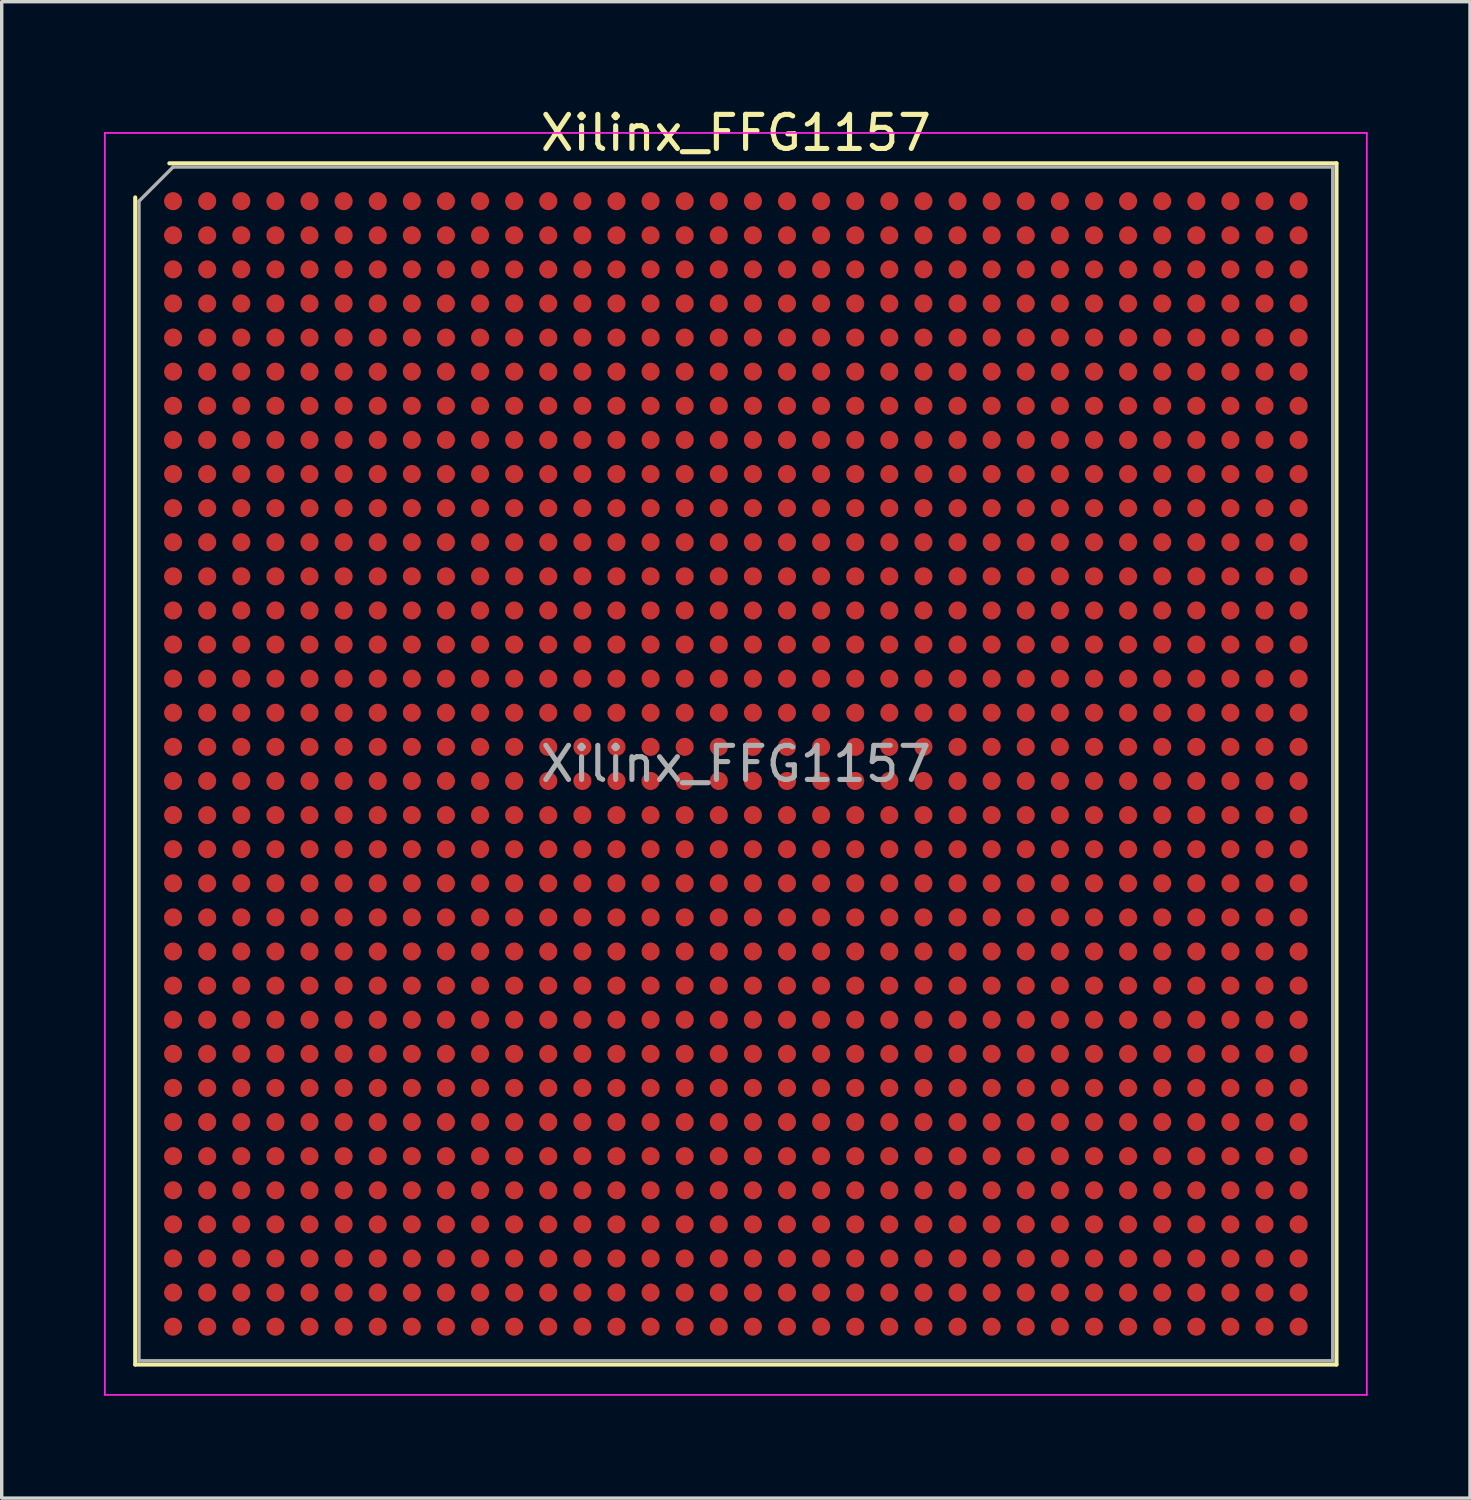
<source format=kicad_pcb>
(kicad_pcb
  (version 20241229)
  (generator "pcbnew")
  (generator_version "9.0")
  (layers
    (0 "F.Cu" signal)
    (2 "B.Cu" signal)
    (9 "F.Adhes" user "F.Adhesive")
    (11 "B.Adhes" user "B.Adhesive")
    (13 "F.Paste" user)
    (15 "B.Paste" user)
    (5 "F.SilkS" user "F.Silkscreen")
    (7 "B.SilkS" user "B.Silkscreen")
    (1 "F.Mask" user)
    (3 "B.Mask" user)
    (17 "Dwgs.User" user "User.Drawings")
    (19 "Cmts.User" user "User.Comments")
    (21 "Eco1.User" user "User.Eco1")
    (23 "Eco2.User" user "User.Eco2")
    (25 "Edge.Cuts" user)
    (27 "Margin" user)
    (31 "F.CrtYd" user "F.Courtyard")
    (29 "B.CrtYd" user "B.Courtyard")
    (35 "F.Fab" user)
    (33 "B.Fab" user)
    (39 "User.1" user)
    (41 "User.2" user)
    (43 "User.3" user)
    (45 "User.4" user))
  (footprint "Xilinx_FFG1157"
    (layer "F.Cu")
    (at 18.525 19.348)
    (property "Reference" "Xilinx_FFG1157" (at 0 -18.5 0) (layer "F.SilkS") (effects (font (size 1 1) (thickness 0.15))))
    (attr smd)
    (fp_line (start -17.61 17.61) (end -17.61 -16.61) (stroke (width 0.12) (type solid)) (layer "F.SilkS"))
    (fp_line (start -16.61 -17.61) (end 17.61 -17.61) (stroke (width 0.12) (type solid)) (layer "F.SilkS"))
    (fp_line (start 17.61 -17.61) (end 17.61 17.61) (stroke (width 0.12) (type solid)) (layer "F.SilkS"))
    (fp_line (start 17.61 17.61) (end -17.61 17.61) (stroke (width 0.12) (type solid)) (layer "F.SilkS"))
    (fp_line (start -18.5 -18.5) (end -18.5 18.5) (stroke (width 0.05) (type solid)) (layer "F.CrtYd"))
    (fp_line (start -18.5 18.5) (end 18.5 18.5) (stroke (width 0.05) (type solid)) (layer "F.CrtYd"))
    (fp_line (start 18.5 -18.5) (end -18.5 -18.5) (stroke (width 0.05) (type solid)) (layer "F.CrtYd"))
    (fp_line (start 18.5 18.5) (end 18.5 -18.5) (stroke (width 0.05) (type solid)) (layer "F.CrtYd"))
    (fp_line (start -17.5 -16.5) (end -16.5 -17.5) (stroke (width 0.1) (type solid)) (layer "F.Fab"))
    (fp_line (start -17.5 17.5) (end -17.5 -16.5) (stroke (width 0.1) (type solid)) (layer "F.Fab"))
    (fp_line (start -16.5 -17.5) (end 17.5 -17.5) (stroke (width 0.1) (type solid)) (layer "F.Fab"))
    (fp_line (start 17.5 -17.5) (end 17.5 17.5) (stroke (width 0.1) (type solid)) (layer "F.Fab"))
    (fp_line (start 17.5 17.5) (end -17.5 17.5) (stroke (width 0.1) (type solid)) (layer "F.Fab"))
    (fp_text user "${REFERENCE}" (at 0 0 0) (layer "F.Fab") (effects (font (size 1 1) (thickness 0.15))))
    (pad "A1" smd circle (at -16.5 -16.5) (size 0.53 0.53) (layers "F.Cu" "F.Mask" "F.Paste"))
    (pad "A2" smd circle (at -15.5 -16.5) (size 0.53 0.53) (layers "F.Cu" "F.Mask" "F.Paste"))
    (pad "A3" smd circle (at -14.5 -16.5) (size 0.53 0.53) (layers "F.Cu" "F.Mask" "F.Paste"))
    (pad "A4" smd circle (at -13.5 -16.5) (size 0.53 0.53) (layers "F.Cu" "F.Mask" "F.Paste"))
    (pad "A5" smd circle (at -12.5 -16.5) (size 0.53 0.53) (layers "F.Cu" "F.Mask" "F.Paste"))
    (pad "A6" smd circle (at -11.5 -16.5) (size 0.53 0.53) (layers "F.Cu" "F.Mask" "F.Paste"))
    (pad "A7" smd circle (at -10.5 -16.5) (size 0.53 0.53) (layers "F.Cu" "F.Mask" "F.Paste"))
    (pad "A8" smd circle (at -9.5 -16.5) (size 0.53 0.53) (layers "F.Cu" "F.Mask" "F.Paste"))
    (pad "A9" smd circle (at -8.5 -16.5) (size 0.53 0.53) (layers "F.Cu" "F.Mask" "F.Paste"))
    (pad "A10" smd circle (at -7.5 -16.5) (size 0.53 0.53) (layers "F.Cu" "F.Mask" "F.Paste"))
    (pad "A11" smd circle (at -6.5 -16.5) (size 0.53 0.53) (layers "F.Cu" "F.Mask" "F.Paste"))
    (pad "A12" smd circle (at -5.5 -16.5) (size 0.53 0.53) (layers "F.Cu" "F.Mask" "F.Paste"))
    (pad "A13" smd circle (at -4.5 -16.5) (size 0.53 0.53) (layers "F.Cu" "F.Mask" "F.Paste"))
    (pad "A14" smd circle (at -3.5 -16.5) (size 0.53 0.53) (layers "F.Cu" "F.Mask" "F.Paste"))
    (pad "A15" smd circle (at -2.5 -16.5) (size 0.53 0.53) (layers "F.Cu" "F.Mask" "F.Paste"))
    (pad "A16" smd circle (at -1.5 -16.5) (size 0.53 0.53) (layers "F.Cu" "F.Mask" "F.Paste"))
    (pad "A17" smd circle (at -0.5 -16.5) (size 0.53 0.53) (layers "F.Cu" "F.Mask" "F.Paste"))
    (pad "A18" smd circle (at 0.5 -16.5) (size 0.53 0.53) (layers "F.Cu" "F.Mask" "F.Paste"))
    (pad "A19" smd circle (at 1.5 -16.5) (size 0.53 0.53) (layers "F.Cu" "F.Mask" "F.Paste"))
    (pad "A20" smd circle (at 2.5 -16.5) (size 0.53 0.53) (layers "F.Cu" "F.Mask" "F.Paste"))
    (pad "A21" smd circle (at 3.5 -16.5) (size 0.53 0.53) (layers "F.Cu" "F.Mask" "F.Paste"))
    (pad "A22" smd circle (at 4.5 -16.5) (size 0.53 0.53) (layers "F.Cu" "F.Mask" "F.Paste"))
    (pad "A23" smd circle (at 5.5 -16.5) (size 0.53 0.53) (layers "F.Cu" "F.Mask" "F.Paste"))
    (pad "A24" smd circle (at 6.5 -16.5) (size 0.53 0.53) (layers "F.Cu" "F.Mask" "F.Paste"))
    (pad "A25" smd circle (at 7.5 -16.5) (size 0.53 0.53) (layers "F.Cu" "F.Mask" "F.Paste"))
    (pad "A26" smd circle (at 8.5 -16.5) (size 0.53 0.53) (layers "F.Cu" "F.Mask" "F.Paste"))
    (pad "A27" smd circle (at 9.5 -16.5) (size 0.53 0.53) (layers "F.Cu" "F.Mask" "F.Paste"))
    (pad "A28" smd circle (at 10.5 -16.5) (size 0.53 0.53) (layers "F.Cu" "F.Mask" "F.Paste"))
    (pad "A29" smd circle (at 11.5 -16.5) (size 0.53 0.53) (layers "F.Cu" "F.Mask" "F.Paste"))
    (pad "A30" smd circle (at 12.5 -16.5) (size 0.53 0.53) (layers "F.Cu" "F.Mask" "F.Paste"))
    (pad "A31" smd circle (at 13.5 -16.5) (size 0.53 0.53) (layers "F.Cu" "F.Mask" "F.Paste"))
    (pad "A32" smd circle (at 14.5 -16.5) (size 0.53 0.53) (layers "F.Cu" "F.Mask" "F.Paste"))
    (pad "A33" smd circle (at 15.5 -16.5) (size 0.53 0.53) (layers "F.Cu" "F.Mask" "F.Paste"))
    (pad "A34" smd circle (at 16.5 -16.5) (size 0.53 0.53) (layers "F.Cu" "F.Mask" "F.Paste"))
    (pad "AA1" smd circle (at -16.5 3.5) (size 0.53 0.53) (layers "F.Cu" "F.Mask" "F.Paste"))
    (pad "AA2" smd circle (at -15.5 3.5) (size 0.53 0.53) (layers "F.Cu" "F.Mask" "F.Paste"))
    (pad "AA3" smd circle (at -14.5 3.5) (size 0.53 0.53) (layers "F.Cu" "F.Mask" "F.Paste"))
    (pad "AA4" smd circle (at -13.5 3.5) (size 0.53 0.53) (layers "F.Cu" "F.Mask" "F.Paste"))
    (pad "AA5" smd circle (at -12.5 3.5) (size 0.53 0.53) (layers "F.Cu" "F.Mask" "F.Paste"))
    (pad "AA6" smd circle (at -11.5 3.5) (size 0.53 0.53) (layers "F.Cu" "F.Mask" "F.Paste"))
    (pad "AA7" smd circle (at -10.5 3.5) (size 0.53 0.53) (layers "F.Cu" "F.Mask" "F.Paste"))
    (pad "AA8" smd circle (at -9.5 3.5) (size 0.53 0.53) (layers "F.Cu" "F.Mask" "F.Paste"))
    (pad "AA9" smd circle (at -8.5 3.5) (size 0.53 0.53) (layers "F.Cu" "F.Mask" "F.Paste"))
    (pad "AA10" smd circle (at -7.5 3.5) (size 0.53 0.53) (layers "F.Cu" "F.Mask" "F.Paste"))
    (pad "AA11" smd circle (at -6.5 3.5) (size 0.53 0.53) (layers "F.Cu" "F.Mask" "F.Paste"))
    (pad "AA12" smd circle (at -5.5 3.5) (size 0.53 0.53) (layers "F.Cu" "F.Mask" "F.Paste"))
    (pad "AA13" smd circle (at -4.5 3.5) (size 0.53 0.53) (layers "F.Cu" "F.Mask" "F.Paste"))
    (pad "AA14" smd circle (at -3.5 3.5) (size 0.53 0.53) (layers "F.Cu" "F.Mask" "F.Paste"))
    (pad "AA15" smd circle (at -2.5 3.5) (size 0.53 0.53) (layers "F.Cu" "F.Mask" "F.Paste"))
    (pad "AA16" smd circle (at -1.5 3.5) (size 0.53 0.53) (layers "F.Cu" "F.Mask" "F.Paste"))
    (pad "AA17" smd circle (at -0.5 3.5) (size 0.53 0.53) (layers "F.Cu" "F.Mask" "F.Paste"))
    (pad "AA18" smd circle (at 0.5 3.5) (size 0.53 0.53) (layers "F.Cu" "F.Mask" "F.Paste"))
    (pad "AA19" smd circle (at 1.5 3.5) (size 0.53 0.53) (layers "F.Cu" "F.Mask" "F.Paste"))
    (pad "AA20" smd circle (at 2.5 3.5) (size 0.53 0.53) (layers "F.Cu" "F.Mask" "F.Paste"))
    (pad "AA21" smd circle (at 3.5 3.5) (size 0.53 0.53) (layers "F.Cu" "F.Mask" "F.Paste"))
    (pad "AA22" smd circle (at 4.5 3.5) (size 0.53 0.53) (layers "F.Cu" "F.Mask" "F.Paste"))
    (pad "AA23" smd circle (at 5.5 3.5) (size 0.53 0.53) (layers "F.Cu" "F.Mask" "F.Paste"))
    (pad "AA24" smd circle (at 6.5 3.5) (size 0.53 0.53) (layers "F.Cu" "F.Mask" "F.Paste"))
    (pad "AA25" smd circle (at 7.5 3.5) (size 0.53 0.53) (layers "F.Cu" "F.Mask" "F.Paste"))
    (pad "AA26" smd circle (at 8.5 3.5) (size 0.53 0.53) (layers "F.Cu" "F.Mask" "F.Paste"))
    (pad "AA27" smd circle (at 9.5 3.5) (size 0.53 0.53) (layers "F.Cu" "F.Mask" "F.Paste"))
    (pad "AA28" smd circle (at 10.5 3.5) (size 0.53 0.53) (layers "F.Cu" "F.Mask" "F.Paste"))
    (pad "AA29" smd circle (at 11.5 3.5) (size 0.53 0.53) (layers "F.Cu" "F.Mask" "F.Paste"))
    (pad "AA30" smd circle (at 12.5 3.5) (size 0.53 0.53) (layers "F.Cu" "F.Mask" "F.Paste"))
    (pad "AA31" smd circle (at 13.5 3.5) (size 0.53 0.53) (layers "F.Cu" "F.Mask" "F.Paste"))
    (pad "AA32" smd circle (at 14.5 3.5) (size 0.53 0.53) (layers "F.Cu" "F.Mask" "F.Paste"))
    (pad "AA33" smd circle (at 15.5 3.5) (size 0.53 0.53) (layers "F.Cu" "F.Mask" "F.Paste"))
    (pad "AA34" smd circle (at 16.5 3.5) (size 0.53 0.53) (layers "F.Cu" "F.Mask" "F.Paste"))
    (pad "AB1" smd circle (at -16.5 4.5) (size 0.53 0.53) (layers "F.Cu" "F.Mask" "F.Paste"))
    (pad "AB2" smd circle (at -15.5 4.5) (size 0.53 0.53) (layers "F.Cu" "F.Mask" "F.Paste"))
    (pad "AB3" smd circle (at -14.5 4.5) (size 0.53 0.53) (layers "F.Cu" "F.Mask" "F.Paste"))
    (pad "AB4" smd circle (at -13.5 4.5) (size 0.53 0.53) (layers "F.Cu" "F.Mask" "F.Paste"))
    (pad "AB5" smd circle (at -12.5 4.5) (size 0.53 0.53) (layers "F.Cu" "F.Mask" "F.Paste"))
    (pad "AB6" smd circle (at -11.5 4.5) (size 0.53 0.53) (layers "F.Cu" "F.Mask" "F.Paste"))
    (pad "AB7" smd circle (at -10.5 4.5) (size 0.53 0.53) (layers "F.Cu" "F.Mask" "F.Paste"))
    (pad "AB8" smd circle (at -9.5 4.5) (size 0.53 0.53) (layers "F.Cu" "F.Mask" "F.Paste"))
    (pad "AB9" smd circle (at -8.5 4.5) (size 0.53 0.53) (layers "F.Cu" "F.Mask" "F.Paste"))
    (pad "AB10" smd circle (at -7.5 4.5) (size 0.53 0.53) (layers "F.Cu" "F.Mask" "F.Paste"))
    (pad "AB11" smd circle (at -6.5 4.5) (size 0.53 0.53) (layers "F.Cu" "F.Mask" "F.Paste"))
    (pad "AB12" smd circle (at -5.5 4.5) (size 0.53 0.53) (layers "F.Cu" "F.Mask" "F.Paste"))
    (pad "AB13" smd circle (at -4.5 4.5) (size 0.53 0.53) (layers "F.Cu" "F.Mask" "F.Paste"))
    (pad "AB14" smd circle (at -3.5 4.5) (size 0.53 0.53) (layers "F.Cu" "F.Mask" "F.Paste"))
    (pad "AB15" smd circle (at -2.5 4.5) (size 0.53 0.53) (layers "F.Cu" "F.Mask" "F.Paste"))
    (pad "AB16" smd circle (at -1.5 4.5) (size 0.53 0.53) (layers "F.Cu" "F.Mask" "F.Paste"))
    (pad "AB17" smd circle (at -0.5 4.5) (size 0.53 0.53) (layers "F.Cu" "F.Mask" "F.Paste"))
    (pad "AB18" smd circle (at 0.5 4.5) (size 0.53 0.53) (layers "F.Cu" "F.Mask" "F.Paste"))
    (pad "AB19" smd circle (at 1.5 4.5) (size 0.53 0.53) (layers "F.Cu" "F.Mask" "F.Paste"))
    (pad "AB20" smd circle (at 2.5 4.5) (size 0.53 0.53) (layers "F.Cu" "F.Mask" "F.Paste"))
    (pad "AB21" smd circle (at 3.5 4.5) (size 0.53 0.53) (layers "F.Cu" "F.Mask" "F.Paste"))
    (pad "AB22" smd circle (at 4.5 4.5) (size 0.53 0.53) (layers "F.Cu" "F.Mask" "F.Paste"))
    (pad "AB23" smd circle (at 5.5 4.5) (size 0.53 0.53) (layers "F.Cu" "F.Mask" "F.Paste"))
    (pad "AB24" smd circle (at 6.5 4.5) (size 0.53 0.53) (layers "F.Cu" "F.Mask" "F.Paste"))
    (pad "AB25" smd circle (at 7.5 4.5) (size 0.53 0.53) (layers "F.Cu" "F.Mask" "F.Paste"))
    (pad "AB26" smd circle (at 8.5 4.5) (size 0.53 0.53) (layers "F.Cu" "F.Mask" "F.Paste"))
    (pad "AB27" smd circle (at 9.5 4.5) (size 0.53 0.53) (layers "F.Cu" "F.Mask" "F.Paste"))
    (pad "AB28" smd circle (at 10.5 4.5) (size 0.53 0.53) (layers "F.Cu" "F.Mask" "F.Paste"))
    (pad "AB29" smd circle (at 11.5 4.5) (size 0.53 0.53) (layers "F.Cu" "F.Mask" "F.Paste"))
    (pad "AB30" smd circle (at 12.5 4.5) (size 0.53 0.53) (layers "F.Cu" "F.Mask" "F.Paste"))
    (pad "AB31" smd circle (at 13.5 4.5) (size 0.53 0.53) (layers "F.Cu" "F.Mask" "F.Paste"))
    (pad "AB32" smd circle (at 14.5 4.5) (size 0.53 0.53) (layers "F.Cu" "F.Mask" "F.Paste"))
    (pad "AB33" smd circle (at 15.5 4.5) (size 0.53 0.53) (layers "F.Cu" "F.Mask" "F.Paste"))
    (pad "AB34" smd circle (at 16.5 4.5) (size 0.53 0.53) (layers "F.Cu" "F.Mask" "F.Paste"))
    (pad "AC1" smd circle (at -16.5 5.5) (size 0.53 0.53) (layers "F.Cu" "F.Mask" "F.Paste"))
    (pad "AC2" smd circle (at -15.5 5.5) (size 0.53 0.53) (layers "F.Cu" "F.Mask" "F.Paste"))
    (pad "AC3" smd circle (at -14.5 5.5) (size 0.53 0.53) (layers "F.Cu" "F.Mask" "F.Paste"))
    (pad "AC4" smd circle (at -13.5 5.5) (size 0.53 0.53) (layers "F.Cu" "F.Mask" "F.Paste"))
    (pad "AC5" smd circle (at -12.5 5.5) (size 0.53 0.53) (layers "F.Cu" "F.Mask" "F.Paste"))
    (pad "AC6" smd circle (at -11.5 5.5) (size 0.53 0.53) (layers "F.Cu" "F.Mask" "F.Paste"))
    (pad "AC7" smd circle (at -10.5 5.5) (size 0.53 0.53) (layers "F.Cu" "F.Mask" "F.Paste"))
    (pad "AC8" smd circle (at -9.5 5.5) (size 0.53 0.53) (layers "F.Cu" "F.Mask" "F.Paste"))
    (pad "AC9" smd circle (at -8.5 5.5) (size 0.53 0.53) (layers "F.Cu" "F.Mask" "F.Paste"))
    (pad "AC10" smd circle (at -7.5 5.5) (size 0.53 0.53) (layers "F.Cu" "F.Mask" "F.Paste"))
    (pad "AC11" smd circle (at -6.5 5.5) (size 0.53 0.53) (layers "F.Cu" "F.Mask" "F.Paste"))
    (pad "AC12" smd circle (at -5.5 5.5) (size 0.53 0.53) (layers "F.Cu" "F.Mask" "F.Paste"))
    (pad "AC13" smd circle (at -4.5 5.5) (size 0.53 0.53) (layers "F.Cu" "F.Mask" "F.Paste"))
    (pad "AC14" smd circle (at -3.5 5.5) (size 0.53 0.53) (layers "F.Cu" "F.Mask" "F.Paste"))
    (pad "AC15" smd circle (at -2.5 5.5) (size 0.53 0.53) (layers "F.Cu" "F.Mask" "F.Paste"))
    (pad "AC16" smd circle (at -1.5 5.5) (size 0.53 0.53) (layers "F.Cu" "F.Mask" "F.Paste"))
    (pad "AC17" smd circle (at -0.5 5.5) (size 0.53 0.53) (layers "F.Cu" "F.Mask" "F.Paste"))
    (pad "AC18" smd circle (at 0.5 5.5) (size 0.53 0.53) (layers "F.Cu" "F.Mask" "F.Paste"))
    (pad "AC19" smd circle (at 1.5 5.5) (size 0.53 0.53) (layers "F.Cu" "F.Mask" "F.Paste"))
    (pad "AC20" smd circle (at 2.5 5.5) (size 0.53 0.53) (layers "F.Cu" "F.Mask" "F.Paste"))
    (pad "AC21" smd circle (at 3.5 5.5) (size 0.53 0.53) (layers "F.Cu" "F.Mask" "F.Paste"))
    (pad "AC22" smd circle (at 4.5 5.5) (size 0.53 0.53) (layers "F.Cu" "F.Mask" "F.Paste"))
    (pad "AC23" smd circle (at 5.5 5.5) (size 0.53 0.53) (layers "F.Cu" "F.Mask" "F.Paste"))
    (pad "AC24" smd circle (at 6.5 5.5) (size 0.53 0.53) (layers "F.Cu" "F.Mask" "F.Paste"))
    (pad "AC25" smd circle (at 7.5 5.5) (size 0.53 0.53) (layers "F.Cu" "F.Mask" "F.Paste"))
    (pad "AC26" smd circle (at 8.5 5.5) (size 0.53 0.53) (layers "F.Cu" "F.Mask" "F.Paste"))
    (pad "AC27" smd circle (at 9.5 5.5) (size 0.53 0.53) (layers "F.Cu" "F.Mask" "F.Paste"))
    (pad "AC28" smd circle (at 10.5 5.5) (size 0.53 0.53) (layers "F.Cu" "F.Mask" "F.Paste"))
    (pad "AC29" smd circle (at 11.5 5.5) (size 0.53 0.53) (layers "F.Cu" "F.Mask" "F.Paste"))
    (pad "AC30" smd circle (at 12.5 5.5) (size 0.53 0.53) (layers "F.Cu" "F.Mask" "F.Paste"))
    (pad "AC31" smd circle (at 13.5 5.5) (size 0.53 0.53) (layers "F.Cu" "F.Mask" "F.Paste"))
    (pad "AC32" smd circle (at 14.5 5.5) (size 0.53 0.53) (layers "F.Cu" "F.Mask" "F.Paste"))
    (pad "AC33" smd circle (at 15.5 5.5) (size 0.53 0.53) (layers "F.Cu" "F.Mask" "F.Paste"))
    (pad "AC34" smd circle (at 16.5 5.5) (size 0.53 0.53) (layers "F.Cu" "F.Mask" "F.Paste"))
    (pad "AD1" smd circle (at -16.5 6.5) (size 0.53 0.53) (layers "F.Cu" "F.Mask" "F.Paste"))
    (pad "AD2" smd circle (at -15.5 6.5) (size 0.53 0.53) (layers "F.Cu" "F.Mask" "F.Paste"))
    (pad "AD3" smd circle (at -14.5 6.5) (size 0.53 0.53) (layers "F.Cu" "F.Mask" "F.Paste"))
    (pad "AD4" smd circle (at -13.5 6.5) (size 0.53 0.53) (layers "F.Cu" "F.Mask" "F.Paste"))
    (pad "AD5" smd circle (at -12.5 6.5) (size 0.53 0.53) (layers "F.Cu" "F.Mask" "F.Paste"))
    (pad "AD6" smd circle (at -11.5 6.5) (size 0.53 0.53) (layers "F.Cu" "F.Mask" "F.Paste"))
    (pad "AD7" smd circle (at -10.5 6.5) (size 0.53 0.53) (layers "F.Cu" "F.Mask" "F.Paste"))
    (pad "AD8" smd circle (at -9.5 6.5) (size 0.53 0.53) (layers "F.Cu" "F.Mask" "F.Paste"))
    (pad "AD9" smd circle (at -8.5 6.5) (size 0.53 0.53) (layers "F.Cu" "F.Mask" "F.Paste"))
    (pad "AD10" smd circle (at -7.5 6.5) (size 0.53 0.53) (layers "F.Cu" "F.Mask" "F.Paste"))
    (pad "AD11" smd circle (at -6.5 6.5) (size 0.53 0.53) (layers "F.Cu" "F.Mask" "F.Paste"))
    (pad "AD12" smd circle (at -5.5 6.5) (size 0.53 0.53) (layers "F.Cu" "F.Mask" "F.Paste"))
    (pad "AD13" smd circle (at -4.5 6.5) (size 0.53 0.53) (layers "F.Cu" "F.Mask" "F.Paste"))
    (pad "AD14" smd circle (at -3.5 6.5) (size 0.53 0.53) (layers "F.Cu" "F.Mask" "F.Paste"))
    (pad "AD15" smd circle (at -2.5 6.5) (size 0.53 0.53) (layers "F.Cu" "F.Mask" "F.Paste"))
    (pad "AD16" smd circle (at -1.5 6.5) (size 0.53 0.53) (layers "F.Cu" "F.Mask" "F.Paste"))
    (pad "AD17" smd circle (at -0.5 6.5) (size 0.53 0.53) (layers "F.Cu" "F.Mask" "F.Paste"))
    (pad "AD18" smd circle (at 0.5 6.5) (size 0.53 0.53) (layers "F.Cu" "F.Mask" "F.Paste"))
    (pad "AD19" smd circle (at 1.5 6.5) (size 0.53 0.53) (layers "F.Cu" "F.Mask" "F.Paste"))
    (pad "AD20" smd circle (at 2.5 6.5) (size 0.53 0.53) (layers "F.Cu" "F.Mask" "F.Paste"))
    (pad "AD21" smd circle (at 3.5 6.5) (size 0.53 0.53) (layers "F.Cu" "F.Mask" "F.Paste"))
    (pad "AD22" smd circle (at 4.5 6.5) (size 0.53 0.53) (layers "F.Cu" "F.Mask" "F.Paste"))
    (pad "AD23" smd circle (at 5.5 6.5) (size 0.53 0.53) (layers "F.Cu" "F.Mask" "F.Paste"))
    (pad "AD24" smd circle (at 6.5 6.5) (size 0.53 0.53) (layers "F.Cu" "F.Mask" "F.Paste"))
    (pad "AD25" smd circle (at 7.5 6.5) (size 0.53 0.53) (layers "F.Cu" "F.Mask" "F.Paste"))
    (pad "AD26" smd circle (at 8.5 6.5) (size 0.53 0.53) (layers "F.Cu" "F.Mask" "F.Paste"))
    (pad "AD27" smd circle (at 9.5 6.5) (size 0.53 0.53) (layers "F.Cu" "F.Mask" "F.Paste"))
    (pad "AD28" smd circle (at 10.5 6.5) (size 0.53 0.53) (layers "F.Cu" "F.Mask" "F.Paste"))
    (pad "AD29" smd circle (at 11.5 6.5) (size 0.53 0.53) (layers "F.Cu" "F.Mask" "F.Paste"))
    (pad "AD30" smd circle (at 12.5 6.5) (size 0.53 0.53) (layers "F.Cu" "F.Mask" "F.Paste"))
    (pad "AD31" smd circle (at 13.5 6.5) (size 0.53 0.53) (layers "F.Cu" "F.Mask" "F.Paste"))
    (pad "AD32" smd circle (at 14.5 6.5) (size 0.53 0.53) (layers "F.Cu" "F.Mask" "F.Paste"))
    (pad "AD33" smd circle (at 15.5 6.5) (size 0.53 0.53) (layers "F.Cu" "F.Mask" "F.Paste"))
    (pad "AD34" smd circle (at 16.5 6.5) (size 0.53 0.53) (layers "F.Cu" "F.Mask" "F.Paste"))
    (pad "AE1" smd circle (at -16.5 7.5) (size 0.53 0.53) (layers "F.Cu" "F.Mask" "F.Paste"))
    (pad "AE2" smd circle (at -15.5 7.5) (size 0.53 0.53) (layers "F.Cu" "F.Mask" "F.Paste"))
    (pad "AE3" smd circle (at -14.5 7.5) (size 0.53 0.53) (layers "F.Cu" "F.Mask" "F.Paste"))
    (pad "AE4" smd circle (at -13.5 7.5) (size 0.53 0.53) (layers "F.Cu" "F.Mask" "F.Paste"))
    (pad "AE5" smd circle (at -12.5 7.5) (size 0.53 0.53) (layers "F.Cu" "F.Mask" "F.Paste"))
    (pad "AE6" smd circle (at -11.5 7.5) (size 0.53 0.53) (layers "F.Cu" "F.Mask" "F.Paste"))
    (pad "AE7" smd circle (at -10.5 7.5) (size 0.53 0.53) (layers "F.Cu" "F.Mask" "F.Paste"))
    (pad "AE8" smd circle (at -9.5 7.5) (size 0.53 0.53) (layers "F.Cu" "F.Mask" "F.Paste"))
    (pad "AE9" smd circle (at -8.5 7.5) (size 0.53 0.53) (layers "F.Cu" "F.Mask" "F.Paste"))
    (pad "AE10" smd circle (at -7.5 7.5) (size 0.53 0.53) (layers "F.Cu" "F.Mask" "F.Paste"))
    (pad "AE11" smd circle (at -6.5 7.5) (size 0.53 0.53) (layers "F.Cu" "F.Mask" "F.Paste"))
    (pad "AE12" smd circle (at -5.5 7.5) (size 0.53 0.53) (layers "F.Cu" "F.Mask" "F.Paste"))
    (pad "AE13" smd circle (at -4.5 7.5) (size 0.53 0.53) (layers "F.Cu" "F.Mask" "F.Paste"))
    (pad "AE14" smd circle (at -3.5 7.5) (size 0.53 0.53) (layers "F.Cu" "F.Mask" "F.Paste"))
    (pad "AE15" smd circle (at -2.5 7.5) (size 0.53 0.53) (layers "F.Cu" "F.Mask" "F.Paste"))
    (pad "AE16" smd circle (at -1.5 7.5) (size 0.53 0.53) (layers "F.Cu" "F.Mask" "F.Paste"))
    (pad "AE17" smd circle (at -0.5 7.5) (size 0.53 0.53) (layers "F.Cu" "F.Mask" "F.Paste"))
    (pad "AE18" smd circle (at 0.5 7.5) (size 0.53 0.53) (layers "F.Cu" "F.Mask" "F.Paste"))
    (pad "AE19" smd circle (at 1.5 7.5) (size 0.53 0.53) (layers "F.Cu" "F.Mask" "F.Paste"))
    (pad "AE20" smd circle (at 2.5 7.5) (size 0.53 0.53) (layers "F.Cu" "F.Mask" "F.Paste"))
    (pad "AE21" smd circle (at 3.5 7.5) (size 0.53 0.53) (layers "F.Cu" "F.Mask" "F.Paste"))
    (pad "AE22" smd circle (at 4.5 7.5) (size 0.53 0.53) (layers "F.Cu" "F.Mask" "F.Paste"))
    (pad "AE23" smd circle (at 5.5 7.5) (size 0.53 0.53) (layers "F.Cu" "F.Mask" "F.Paste"))
    (pad "AE24" smd circle (at 6.5 7.5) (size 0.53 0.53) (layers "F.Cu" "F.Mask" "F.Paste"))
    (pad "AE25" smd circle (at 7.5 7.5) (size 0.53 0.53) (layers "F.Cu" "F.Mask" "F.Paste"))
    (pad "AE26" smd circle (at 8.5 7.5) (size 0.53 0.53) (layers "F.Cu" "F.Mask" "F.Paste"))
    (pad "AE27" smd circle (at 9.5 7.5) (size 0.53 0.53) (layers "F.Cu" "F.Mask" "F.Paste"))
    (pad "AE28" smd circle (at 10.5 7.5) (size 0.53 0.53) (layers "F.Cu" "F.Mask" "F.Paste"))
    (pad "AE29" smd circle (at 11.5 7.5) (size 0.53 0.53) (layers "F.Cu" "F.Mask" "F.Paste"))
    (pad "AE30" smd circle (at 12.5 7.5) (size 0.53 0.53) (layers "F.Cu" "F.Mask" "F.Paste"))
    (pad "AE31" smd circle (at 13.5 7.5) (size 0.53 0.53) (layers "F.Cu" "F.Mask" "F.Paste"))
    (pad "AE32" smd circle (at 14.5 7.5) (size 0.53 0.53) (layers "F.Cu" "F.Mask" "F.Paste"))
    (pad "AE33" smd circle (at 15.5 7.5) (size 0.53 0.53) (layers "F.Cu" "F.Mask" "F.Paste"))
    (pad "AE34" smd circle (at 16.5 7.5) (size 0.53 0.53) (layers "F.Cu" "F.Mask" "F.Paste"))
    (pad "AF1" smd circle (at -16.5 8.5) (size 0.53 0.53) (layers "F.Cu" "F.Mask" "F.Paste"))
    (pad "AF2" smd circle (at -15.5 8.5) (size 0.53 0.53) (layers "F.Cu" "F.Mask" "F.Paste"))
    (pad "AF3" smd circle (at -14.5 8.5) (size 0.53 0.53) (layers "F.Cu" "F.Mask" "F.Paste"))
    (pad "AF4" smd circle (at -13.5 8.5) (size 0.53 0.53) (layers "F.Cu" "F.Mask" "F.Paste"))
    (pad "AF5" smd circle (at -12.5 8.5) (size 0.53 0.53) (layers "F.Cu" "F.Mask" "F.Paste"))
    (pad "AF6" smd circle (at -11.5 8.5) (size 0.53 0.53) (layers "F.Cu" "F.Mask" "F.Paste"))
    (pad "AF7" smd circle (at -10.5 8.5) (size 0.53 0.53) (layers "F.Cu" "F.Mask" "F.Paste"))
    (pad "AF8" smd circle (at -9.5 8.5) (size 0.53 0.53) (layers "F.Cu" "F.Mask" "F.Paste"))
    (pad "AF9" smd circle (at -8.5 8.5) (size 0.53 0.53) (layers "F.Cu" "F.Mask" "F.Paste"))
    (pad "AF10" smd circle (at -7.5 8.5) (size 0.53 0.53) (layers "F.Cu" "F.Mask" "F.Paste"))
    (pad "AF11" smd circle (at -6.5 8.5) (size 0.53 0.53) (layers "F.Cu" "F.Mask" "F.Paste"))
    (pad "AF12" smd circle (at -5.5 8.5) (size 0.53 0.53) (layers "F.Cu" "F.Mask" "F.Paste"))
    (pad "AF13" smd circle (at -4.5 8.5) (size 0.53 0.53) (layers "F.Cu" "F.Mask" "F.Paste"))
    (pad "AF14" smd circle (at -3.5 8.5) (size 0.53 0.53) (layers "F.Cu" "F.Mask" "F.Paste"))
    (pad "AF15" smd circle (at -2.5 8.5) (size 0.53 0.53) (layers "F.Cu" "F.Mask" "F.Paste"))
    (pad "AF16" smd circle (at -1.5 8.5) (size 0.53 0.53) (layers "F.Cu" "F.Mask" "F.Paste"))
    (pad "AF17" smd circle (at -0.5 8.5) (size 0.53 0.53) (layers "F.Cu" "F.Mask" "F.Paste"))
    (pad "AF18" smd circle (at 0.5 8.5) (size 0.53 0.53) (layers "F.Cu" "F.Mask" "F.Paste"))
    (pad "AF19" smd circle (at 1.5 8.5) (size 0.53 0.53) (layers "F.Cu" "F.Mask" "F.Paste"))
    (pad "AF20" smd circle (at 2.5 8.5) (size 0.53 0.53) (layers "F.Cu" "F.Mask" "F.Paste"))
    (pad "AF21" smd circle (at 3.5 8.5) (size 0.53 0.53) (layers "F.Cu" "F.Mask" "F.Paste"))
    (pad "AF22" smd circle (at 4.5 8.5) (size 0.53 0.53) (layers "F.Cu" "F.Mask" "F.Paste"))
    (pad "AF23" smd circle (at 5.5 8.5) (size 0.53 0.53) (layers "F.Cu" "F.Mask" "F.Paste"))
    (pad "AF24" smd circle (at 6.5 8.5) (size 0.53 0.53) (layers "F.Cu" "F.Mask" "F.Paste"))
    (pad "AF25" smd circle (at 7.5 8.5) (size 0.53 0.53) (layers "F.Cu" "F.Mask" "F.Paste"))
    (pad "AF26" smd circle (at 8.5 8.5) (size 0.53 0.53) (layers "F.Cu" "F.Mask" "F.Paste"))
    (pad "AF27" smd circle (at 9.5 8.5) (size 0.53 0.53) (layers "F.Cu" "F.Mask" "F.Paste"))
    (pad "AF28" smd circle (at 10.5 8.5) (size 0.53 0.53) (layers "F.Cu" "F.Mask" "F.Paste"))
    (pad "AF29" smd circle (at 11.5 8.5) (size 0.53 0.53) (layers "F.Cu" "F.Mask" "F.Paste"))
    (pad "AF30" smd circle (at 12.5 8.5) (size 0.53 0.53) (layers "F.Cu" "F.Mask" "F.Paste"))
    (pad "AF31" smd circle (at 13.5 8.5) (size 0.53 0.53) (layers "F.Cu" "F.Mask" "F.Paste"))
    (pad "AF32" smd circle (at 14.5 8.5) (size 0.53 0.53) (layers "F.Cu" "F.Mask" "F.Paste"))
    (pad "AF33" smd circle (at 15.5 8.5) (size 0.53 0.53) (layers "F.Cu" "F.Mask" "F.Paste"))
    (pad "AF34" smd circle (at 16.5 8.5) (size 0.53 0.53) (layers "F.Cu" "F.Mask" "F.Paste"))
    (pad "AG1" smd circle (at -16.5 9.5) (size 0.53 0.53) (layers "F.Cu" "F.Mask" "F.Paste"))
    (pad "AG2" smd circle (at -15.5 9.5) (size 0.53 0.53) (layers "F.Cu" "F.Mask" "F.Paste"))
    (pad "AG3" smd circle (at -14.5 9.5) (size 0.53 0.53) (layers "F.Cu" "F.Mask" "F.Paste"))
    (pad "AG4" smd circle (at -13.5 9.5) (size 0.53 0.53) (layers "F.Cu" "F.Mask" "F.Paste"))
    (pad "AG5" smd circle (at -12.5 9.5) (size 0.53 0.53) (layers "F.Cu" "F.Mask" "F.Paste"))
    (pad "AG6" smd circle (at -11.5 9.5) (size 0.53 0.53) (layers "F.Cu" "F.Mask" "F.Paste"))
    (pad "AG7" smd circle (at -10.5 9.5) (size 0.53 0.53) (layers "F.Cu" "F.Mask" "F.Paste"))
    (pad "AG8" smd circle (at -9.5 9.5) (size 0.53 0.53) (layers "F.Cu" "F.Mask" "F.Paste"))
    (pad "AG9" smd circle (at -8.5 9.5) (size 0.53 0.53) (layers "F.Cu" "F.Mask" "F.Paste"))
    (pad "AG10" smd circle (at -7.5 9.5) (size 0.53 0.53) (layers "F.Cu" "F.Mask" "F.Paste"))
    (pad "AG11" smd circle (at -6.5 9.5) (size 0.53 0.53) (layers "F.Cu" "F.Mask" "F.Paste"))
    (pad "AG12" smd circle (at -5.5 9.5) (size 0.53 0.53) (layers "F.Cu" "F.Mask" "F.Paste"))
    (pad "AG13" smd circle (at -4.5 9.5) (size 0.53 0.53) (layers "F.Cu" "F.Mask" "F.Paste"))
    (pad "AG14" smd circle (at -3.5 9.5) (size 0.53 0.53) (layers "F.Cu" "F.Mask" "F.Paste"))
    (pad "AG15" smd circle (at -2.5 9.5) (size 0.53 0.53) (layers "F.Cu" "F.Mask" "F.Paste"))
    (pad "AG16" smd circle (at -1.5 9.5) (size 0.53 0.53) (layers "F.Cu" "F.Mask" "F.Paste"))
    (pad "AG17" smd circle (at -0.5 9.5) (size 0.53 0.53) (layers "F.Cu" "F.Mask" "F.Paste"))
    (pad "AG18" smd circle (at 0.5 9.5) (size 0.53 0.53) (layers "F.Cu" "F.Mask" "F.Paste"))
    (pad "AG19" smd circle (at 1.5 9.5) (size 0.53 0.53) (layers "F.Cu" "F.Mask" "F.Paste"))
    (pad "AG20" smd circle (at 2.5 9.5) (size 0.53 0.53) (layers "F.Cu" "F.Mask" "F.Paste"))
    (pad "AG21" smd circle (at 3.5 9.5) (size 0.53 0.53) (layers "F.Cu" "F.Mask" "F.Paste"))
    (pad "AG22" smd circle (at 4.5 9.5) (size 0.53 0.53) (layers "F.Cu" "F.Mask" "F.Paste"))
    (pad "AG23" smd circle (at 5.5 9.5) (size 0.53 0.53) (layers "F.Cu" "F.Mask" "F.Paste"))
    (pad "AG24" smd circle (at 6.5 9.5) (size 0.53 0.53) (layers "F.Cu" "F.Mask" "F.Paste"))
    (pad "AG25" smd circle (at 7.5 9.5) (size 0.53 0.53) (layers "F.Cu" "F.Mask" "F.Paste"))
    (pad "AG26" smd circle (at 8.5 9.5) (size 0.53 0.53) (layers "F.Cu" "F.Mask" "F.Paste"))
    (pad "AG27" smd circle (at 9.5 9.5) (size 0.53 0.53) (layers "F.Cu" "F.Mask" "F.Paste"))
    (pad "AG28" smd circle (at 10.5 9.5) (size 0.53 0.53) (layers "F.Cu" "F.Mask" "F.Paste"))
    (pad "AG29" smd circle (at 11.5 9.5) (size 0.53 0.53) (layers "F.Cu" "F.Mask" "F.Paste"))
    (pad "AG30" smd circle (at 12.5 9.5) (size 0.53 0.53) (layers "F.Cu" "F.Mask" "F.Paste"))
    (pad "AG31" smd circle (at 13.5 9.5) (size 0.53 0.53) (layers "F.Cu" "F.Mask" "F.Paste"))
    (pad "AG32" smd circle (at 14.5 9.5) (size 0.53 0.53) (layers "F.Cu" "F.Mask" "F.Paste"))
    (pad "AG33" smd circle (at 15.5 9.5) (size 0.53 0.53) (layers "F.Cu" "F.Mask" "F.Paste"))
    (pad "AG34" smd circle (at 16.5 9.5) (size 0.53 0.53) (layers "F.Cu" "F.Mask" "F.Paste"))
    (pad "AH1" smd circle (at -16.5 10.5) (size 0.53 0.53) (layers "F.Cu" "F.Mask" "F.Paste"))
    (pad "AH2" smd circle (at -15.5 10.5) (size 0.53 0.53) (layers "F.Cu" "F.Mask" "F.Paste"))
    (pad "AH3" smd circle (at -14.5 10.5) (size 0.53 0.53) (layers "F.Cu" "F.Mask" "F.Paste"))
    (pad "AH4" smd circle (at -13.5 10.5) (size 0.53 0.53) (layers "F.Cu" "F.Mask" "F.Paste"))
    (pad "AH5" smd circle (at -12.5 10.5) (size 0.53 0.53) (layers "F.Cu" "F.Mask" "F.Paste"))
    (pad "AH6" smd circle (at -11.5 10.5) (size 0.53 0.53) (layers "F.Cu" "F.Mask" "F.Paste"))
    (pad "AH7" smd circle (at -10.5 10.5) (size 0.53 0.53) (layers "F.Cu" "F.Mask" "F.Paste"))
    (pad "AH8" smd circle (at -9.5 10.5) (size 0.53 0.53) (layers "F.Cu" "F.Mask" "F.Paste"))
    (pad "AH9" smd circle (at -8.5 10.5) (size 0.53 0.53) (layers "F.Cu" "F.Mask" "F.Paste"))
    (pad "AH10" smd circle (at -7.5 10.5) (size 0.53 0.53) (layers "F.Cu" "F.Mask" "F.Paste"))
    (pad "AH11" smd circle (at -6.5 10.5) (size 0.53 0.53) (layers "F.Cu" "F.Mask" "F.Paste"))
    (pad "AH12" smd circle (at -5.5 10.5) (size 0.53 0.53) (layers "F.Cu" "F.Mask" "F.Paste"))
    (pad "AH13" smd circle (at -4.5 10.5) (size 0.53 0.53) (layers "F.Cu" "F.Mask" "F.Paste"))
    (pad "AH14" smd circle (at -3.5 10.5) (size 0.53 0.53) (layers "F.Cu" "F.Mask" "F.Paste"))
    (pad "AH15" smd circle (at -2.5 10.5) (size 0.53 0.53) (layers "F.Cu" "F.Mask" "F.Paste"))
    (pad "AH16" smd circle (at -1.5 10.5) (size 0.53 0.53) (layers "F.Cu" "F.Mask" "F.Paste"))
    (pad "AH17" smd circle (at -0.5 10.5) (size 0.53 0.53) (layers "F.Cu" "F.Mask" "F.Paste"))
    (pad "AH18" smd circle (at 0.5 10.5) (size 0.53 0.53) (layers "F.Cu" "F.Mask" "F.Paste"))
    (pad "AH19" smd circle (at 1.5 10.5) (size 0.53 0.53) (layers "F.Cu" "F.Mask" "F.Paste"))
    (pad "AH20" smd circle (at 2.5 10.5) (size 0.53 0.53) (layers "F.Cu" "F.Mask" "F.Paste"))
    (pad "AH21" smd circle (at 3.5 10.5) (size 0.53 0.53) (layers "F.Cu" "F.Mask" "F.Paste"))
    (pad "AH22" smd circle (at 4.5 10.5) (size 0.53 0.53) (layers "F.Cu" "F.Mask" "F.Paste"))
    (pad "AH23" smd circle (at 5.5 10.5) (size 0.53 0.53) (layers "F.Cu" "F.Mask" "F.Paste"))
    (pad "AH24" smd circle (at 6.5 10.5) (size 0.53 0.53) (layers "F.Cu" "F.Mask" "F.Paste"))
    (pad "AH25" smd circle (at 7.5 10.5) (size 0.53 0.53) (layers "F.Cu" "F.Mask" "F.Paste"))
    (pad "AH26" smd circle (at 8.5 10.5) (size 0.53 0.53) (layers "F.Cu" "F.Mask" "F.Paste"))
    (pad "AH27" smd circle (at 9.5 10.5) (size 0.53 0.53) (layers "F.Cu" "F.Mask" "F.Paste"))
    (pad "AH28" smd circle (at 10.5 10.5) (size 0.53 0.53) (layers "F.Cu" "F.Mask" "F.Paste"))
    (pad "AH29" smd circle (at 11.5 10.5) (size 0.53 0.53) (layers "F.Cu" "F.Mask" "F.Paste"))
    (pad "AH30" smd circle (at 12.5 10.5) (size 0.53 0.53) (layers "F.Cu" "F.Mask" "F.Paste"))
    (pad "AH31" smd circle (at 13.5 10.5) (size 0.53 0.53) (layers "F.Cu" "F.Mask" "F.Paste"))
    (pad "AH32" smd circle (at 14.5 10.5) (size 0.53 0.53) (layers "F.Cu" "F.Mask" "F.Paste"))
    (pad "AH33" smd circle (at 15.5 10.5) (size 0.53 0.53) (layers "F.Cu" "F.Mask" "F.Paste"))
    (pad "AH34" smd circle (at 16.5 10.5) (size 0.53 0.53) (layers "F.Cu" "F.Mask" "F.Paste"))
    (pad "AJ1" smd circle (at -16.5 11.5) (size 0.53 0.53) (layers "F.Cu" "F.Mask" "F.Paste"))
    (pad "AJ2" smd circle (at -15.5 11.5) (size 0.53 0.53) (layers "F.Cu" "F.Mask" "F.Paste"))
    (pad "AJ3" smd circle (at -14.5 11.5) (size 0.53 0.53) (layers "F.Cu" "F.Mask" "F.Paste"))
    (pad "AJ4" smd circle (at -13.5 11.5) (size 0.53 0.53) (layers "F.Cu" "F.Mask" "F.Paste"))
    (pad "AJ5" smd circle (at -12.5 11.5) (size 0.53 0.53) (layers "F.Cu" "F.Mask" "F.Paste"))
    (pad "AJ6" smd circle (at -11.5 11.5) (size 0.53 0.53) (layers "F.Cu" "F.Mask" "F.Paste"))
    (pad "AJ7" smd circle (at -10.5 11.5) (size 0.53 0.53) (layers "F.Cu" "F.Mask" "F.Paste"))
    (pad "AJ8" smd circle (at -9.5 11.5) (size 0.53 0.53) (layers "F.Cu" "F.Mask" "F.Paste"))
    (pad "AJ9" smd circle (at -8.5 11.5) (size 0.53 0.53) (layers "F.Cu" "F.Mask" "F.Paste"))
    (pad "AJ10" smd circle (at -7.5 11.5) (size 0.53 0.53) (layers "F.Cu" "F.Mask" "F.Paste"))
    (pad "AJ11" smd circle (at -6.5 11.5) (size 0.53 0.53) (layers "F.Cu" "F.Mask" "F.Paste"))
    (pad "AJ12" smd circle (at -5.5 11.5) (size 0.53 0.53) (layers "F.Cu" "F.Mask" "F.Paste"))
    (pad "AJ13" smd circle (at -4.5 11.5) (size 0.53 0.53) (layers "F.Cu" "F.Mask" "F.Paste"))
    (pad "AJ14" smd circle (at -3.5 11.5) (size 0.53 0.53) (layers "F.Cu" "F.Mask" "F.Paste"))
    (pad "AJ15" smd circle (at -2.5 11.5) (size 0.53 0.53) (layers "F.Cu" "F.Mask" "F.Paste"))
    (pad "AJ16" smd circle (at -1.5 11.5) (size 0.53 0.53) (layers "F.Cu" "F.Mask" "F.Paste"))
    (pad "AJ17" smd circle (at -0.5 11.5) (size 0.53 0.53) (layers "F.Cu" "F.Mask" "F.Paste"))
    (pad "AJ18" smd circle (at 0.5 11.5) (size 0.53 0.53) (layers "F.Cu" "F.Mask" "F.Paste"))
    (pad "AJ19" smd circle (at 1.5 11.5) (size 0.53 0.53) (layers "F.Cu" "F.Mask" "F.Paste"))
    (pad "AJ20" smd circle (at 2.5 11.5) (size 0.53 0.53) (layers "F.Cu" "F.Mask" "F.Paste"))
    (pad "AJ21" smd circle (at 3.5 11.5) (size 0.53 0.53) (layers "F.Cu" "F.Mask" "F.Paste"))
    (pad "AJ22" smd circle (at 4.5 11.5) (size 0.53 0.53) (layers "F.Cu" "F.Mask" "F.Paste"))
    (pad "AJ23" smd circle (at 5.5 11.5) (size 0.53 0.53) (layers "F.Cu" "F.Mask" "F.Paste"))
    (pad "AJ24" smd circle (at 6.5 11.5) (size 0.53 0.53) (layers "F.Cu" "F.Mask" "F.Paste"))
    (pad "AJ25" smd circle (at 7.5 11.5) (size 0.53 0.53) (layers "F.Cu" "F.Mask" "F.Paste"))
    (pad "AJ26" smd circle (at 8.5 11.5) (size 0.53 0.53) (layers "F.Cu" "F.Mask" "F.Paste"))
    (pad "AJ27" smd circle (at 9.5 11.5) (size 0.53 0.53) (layers "F.Cu" "F.Mask" "F.Paste"))
    (pad "AJ28" smd circle (at 10.5 11.5) (size 0.53 0.53) (layers "F.Cu" "F.Mask" "F.Paste"))
    (pad "AJ29" smd circle (at 11.5 11.5) (size 0.53 0.53) (layers "F.Cu" "F.Mask" "F.Paste"))
    (pad "AJ30" smd circle (at 12.5 11.5) (size 0.53 0.53) (layers "F.Cu" "F.Mask" "F.Paste"))
    (pad "AJ31" smd circle (at 13.5 11.5) (size 0.53 0.53) (layers "F.Cu" "F.Mask" "F.Paste"))
    (pad "AJ32" smd circle (at 14.5 11.5) (size 0.53 0.53) (layers "F.Cu" "F.Mask" "F.Paste"))
    (pad "AJ33" smd circle (at 15.5 11.5) (size 0.53 0.53) (layers "F.Cu" "F.Mask" "F.Paste"))
    (pad "AJ34" smd circle (at 16.5 11.5) (size 0.53 0.53) (layers "F.Cu" "F.Mask" "F.Paste"))
    (pad "AK1" smd circle (at -16.5 12.5) (size 0.53 0.53) (layers "F.Cu" "F.Mask" "F.Paste"))
    (pad "AK2" smd circle (at -15.5 12.5) (size 0.53 0.53) (layers "F.Cu" "F.Mask" "F.Paste"))
    (pad "AK3" smd circle (at -14.5 12.5) (size 0.53 0.53) (layers "F.Cu" "F.Mask" "F.Paste"))
    (pad "AK4" smd circle (at -13.5 12.5) (size 0.53 0.53) (layers "F.Cu" "F.Mask" "F.Paste"))
    (pad "AK5" smd circle (at -12.5 12.5) (size 0.53 0.53) (layers "F.Cu" "F.Mask" "F.Paste"))
    (pad "AK6" smd circle (at -11.5 12.5) (size 0.53 0.53) (layers "F.Cu" "F.Mask" "F.Paste"))
    (pad "AK7" smd circle (at -10.5 12.5) (size 0.53 0.53) (layers "F.Cu" "F.Mask" "F.Paste"))
    (pad "AK8" smd circle (at -9.5 12.5) (size 0.53 0.53) (layers "F.Cu" "F.Mask" "F.Paste"))
    (pad "AK9" smd circle (at -8.5 12.5) (size 0.53 0.53) (layers "F.Cu" "F.Mask" "F.Paste"))
    (pad "AK10" smd circle (at -7.5 12.5) (size 0.53 0.53) (layers "F.Cu" "F.Mask" "F.Paste"))
    (pad "AK11" smd circle (at -6.5 12.5) (size 0.53 0.53) (layers "F.Cu" "F.Mask" "F.Paste"))
    (pad "AK12" smd circle (at -5.5 12.5) (size 0.53 0.53) (layers "F.Cu" "F.Mask" "F.Paste"))
    (pad "AK13" smd circle (at -4.5 12.5) (size 0.53 0.53) (layers "F.Cu" "F.Mask" "F.Paste"))
    (pad "AK14" smd circle (at -3.5 12.5) (size 0.53 0.53) (layers "F.Cu" "F.Mask" "F.Paste"))
    (pad "AK15" smd circle (at -2.5 12.5) (size 0.53 0.53) (layers "F.Cu" "F.Mask" "F.Paste"))
    (pad "AK16" smd circle (at -1.5 12.5) (size 0.53 0.53) (layers "F.Cu" "F.Mask" "F.Paste"))
    (pad "AK17" smd circle (at -0.5 12.5) (size 0.53 0.53) (layers "F.Cu" "F.Mask" "F.Paste"))
    (pad "AK18" smd circle (at 0.5 12.5) (size 0.53 0.53) (layers "F.Cu" "F.Mask" "F.Paste"))
    (pad "AK19" smd circle (at 1.5 12.5) (size 0.53 0.53) (layers "F.Cu" "F.Mask" "F.Paste"))
    (pad "AK20" smd circle (at 2.5 12.5) (size 0.53 0.53) (layers "F.Cu" "F.Mask" "F.Paste"))
    (pad "AK21" smd circle (at 3.5 12.5) (size 0.53 0.53) (layers "F.Cu" "F.Mask" "F.Paste"))
    (pad "AK22" smd circle (at 4.5 12.5) (size 0.53 0.53) (layers "F.Cu" "F.Mask" "F.Paste"))
    (pad "AK23" smd circle (at 5.5 12.5) (size 0.53 0.53) (layers "F.Cu" "F.Mask" "F.Paste"))
    (pad "AK24" smd circle (at 6.5 12.5) (size 0.53 0.53) (layers "F.Cu" "F.Mask" "F.Paste"))
    (pad "AK25" smd circle (at 7.5 12.5) (size 0.53 0.53) (layers "F.Cu" "F.Mask" "F.Paste"))
    (pad "AK26" smd circle (at 8.5 12.5) (size 0.53 0.53) (layers "F.Cu" "F.Mask" "F.Paste"))
    (pad "AK27" smd circle (at 9.5 12.5) (size 0.53 0.53) (layers "F.Cu" "F.Mask" "F.Paste"))
    (pad "AK28" smd circle (at 10.5 12.5) (size 0.53 0.53) (layers "F.Cu" "F.Mask" "F.Paste"))
    (pad "AK29" smd circle (at 11.5 12.5) (size 0.53 0.53) (layers "F.Cu" "F.Mask" "F.Paste"))
    (pad "AK30" smd circle (at 12.5 12.5) (size 0.53 0.53) (layers "F.Cu" "F.Mask" "F.Paste"))
    (pad "AK31" smd circle (at 13.5 12.5) (size 0.53 0.53) (layers "F.Cu" "F.Mask" "F.Paste"))
    (pad "AK32" smd circle (at 14.5 12.5) (size 0.53 0.53) (layers "F.Cu" "F.Mask" "F.Paste"))
    (pad "AK33" smd circle (at 15.5 12.5) (size 0.53 0.53) (layers "F.Cu" "F.Mask" "F.Paste"))
    (pad "AK34" smd circle (at 16.5 12.5) (size 0.53 0.53) (layers "F.Cu" "F.Mask" "F.Paste"))
    (pad "AL1" smd circle (at -16.5 13.5) (size 0.53 0.53) (layers "F.Cu" "F.Mask" "F.Paste"))
    (pad "AL2" smd circle (at -15.5 13.5) (size 0.53 0.53) (layers "F.Cu" "F.Mask" "F.Paste"))
    (pad "AL3" smd circle (at -14.5 13.5) (size 0.53 0.53) (layers "F.Cu" "F.Mask" "F.Paste"))
    (pad "AL4" smd circle (at -13.5 13.5) (size 0.53 0.53) (layers "F.Cu" "F.Mask" "F.Paste"))
    (pad "AL5" smd circle (at -12.5 13.5) (size 0.53 0.53) (layers "F.Cu" "F.Mask" "F.Paste"))
    (pad "AL6" smd circle (at -11.5 13.5) (size 0.53 0.53) (layers "F.Cu" "F.Mask" "F.Paste"))
    (pad "AL7" smd circle (at -10.5 13.5) (size 0.53 0.53) (layers "F.Cu" "F.Mask" "F.Paste"))
    (pad "AL8" smd circle (at -9.5 13.5) (size 0.53 0.53) (layers "F.Cu" "F.Mask" "F.Paste"))
    (pad "AL9" smd circle (at -8.5 13.5) (size 0.53 0.53) (layers "F.Cu" "F.Mask" "F.Paste"))
    (pad "AL10" smd circle (at -7.5 13.5) (size 0.53 0.53) (layers "F.Cu" "F.Mask" "F.Paste"))
    (pad "AL11" smd circle (at -6.5 13.5) (size 0.53 0.53) (layers "F.Cu" "F.Mask" "F.Paste"))
    (pad "AL12" smd circle (at -5.5 13.5) (size 0.53 0.53) (layers "F.Cu" "F.Mask" "F.Paste"))
    (pad "AL13" smd circle (at -4.5 13.5) (size 0.53 0.53) (layers "F.Cu" "F.Mask" "F.Paste"))
    (pad "AL14" smd circle (at -3.5 13.5) (size 0.53 0.53) (layers "F.Cu" "F.Mask" "F.Paste"))
    (pad "AL15" smd circle (at -2.5 13.5) (size 0.53 0.53) (layers "F.Cu" "F.Mask" "F.Paste"))
    (pad "AL16" smd circle (at -1.5 13.5) (size 0.53 0.53) (layers "F.Cu" "F.Mask" "F.Paste"))
    (pad "AL17" smd circle (at -0.5 13.5) (size 0.53 0.53) (layers "F.Cu" "F.Mask" "F.Paste"))
    (pad "AL18" smd circle (at 0.5 13.5) (size 0.53 0.53) (layers "F.Cu" "F.Mask" "F.Paste"))
    (pad "AL19" smd circle (at 1.5 13.5) (size 0.53 0.53) (layers "F.Cu" "F.Mask" "F.Paste"))
    (pad "AL20" smd circle (at 2.5 13.5) (size 0.53 0.53) (layers "F.Cu" "F.Mask" "F.Paste"))
    (pad "AL21" smd circle (at 3.5 13.5) (size 0.53 0.53) (layers "F.Cu" "F.Mask" "F.Paste"))
    (pad "AL22" smd circle (at 4.5 13.5) (size 0.53 0.53) (layers "F.Cu" "F.Mask" "F.Paste"))
    (pad "AL23" smd circle (at 5.5 13.5) (size 0.53 0.53) (layers "F.Cu" "F.Mask" "F.Paste"))
    (pad "AL24" smd circle (at 6.5 13.5) (size 0.53 0.53) (layers "F.Cu" "F.Mask" "F.Paste"))
    (pad "AL25" smd circle (at 7.5 13.5) (size 0.53 0.53) (layers "F.Cu" "F.Mask" "F.Paste"))
    (pad "AL26" smd circle (at 8.5 13.5) (size 0.53 0.53) (layers "F.Cu" "F.Mask" "F.Paste"))
    (pad "AL27" smd circle (at 9.5 13.5) (size 0.53 0.53) (layers "F.Cu" "F.Mask" "F.Paste"))
    (pad "AL28" smd circle (at 10.5 13.5) (size 0.53 0.53) (layers "F.Cu" "F.Mask" "F.Paste"))
    (pad "AL29" smd circle (at 11.5 13.5) (size 0.53 0.53) (layers "F.Cu" "F.Mask" "F.Paste"))
    (pad "AL30" smd circle (at 12.5 13.5) (size 0.53 0.53) (layers "F.Cu" "F.Mask" "F.Paste"))
    (pad "AL31" smd circle (at 13.5 13.5) (size 0.53 0.53) (layers "F.Cu" "F.Mask" "F.Paste"))
    (pad "AL32" smd circle (at 14.5 13.5) (size 0.53 0.53) (layers "F.Cu" "F.Mask" "F.Paste"))
    (pad "AL33" smd circle (at 15.5 13.5) (size 0.53 0.53) (layers "F.Cu" "F.Mask" "F.Paste"))
    (pad "AL34" smd circle (at 16.5 13.5) (size 0.53 0.53) (layers "F.Cu" "F.Mask" "F.Paste"))
    (pad "AM1" smd circle (at -16.5 14.5) (size 0.53 0.53) (layers "F.Cu" "F.Mask" "F.Paste"))
    (pad "AM2" smd circle (at -15.5 14.5) (size 0.53 0.53) (layers "F.Cu" "F.Mask" "F.Paste"))
    (pad "AM3" smd circle (at -14.5 14.5) (size 0.53 0.53) (layers "F.Cu" "F.Mask" "F.Paste"))
    (pad "AM4" smd circle (at -13.5 14.5) (size 0.53 0.53) (layers "F.Cu" "F.Mask" "F.Paste"))
    (pad "AM5" smd circle (at -12.5 14.5) (size 0.53 0.53) (layers "F.Cu" "F.Mask" "F.Paste"))
    (pad "AM6" smd circle (at -11.5 14.5) (size 0.53 0.53) (layers "F.Cu" "F.Mask" "F.Paste"))
    (pad "AM7" smd circle (at -10.5 14.5) (size 0.53 0.53) (layers "F.Cu" "F.Mask" "F.Paste"))
    (pad "AM8" smd circle (at -9.5 14.5) (size 0.53 0.53) (layers "F.Cu" "F.Mask" "F.Paste"))
    (pad "AM9" smd circle (at -8.5 14.5) (size 0.53 0.53) (layers "F.Cu" "F.Mask" "F.Paste"))
    (pad "AM10" smd circle (at -7.5 14.5) (size 0.53 0.53) (layers "F.Cu" "F.Mask" "F.Paste"))
    (pad "AM11" smd circle (at -6.5 14.5) (size 0.53 0.53) (layers "F.Cu" "F.Mask" "F.Paste"))
    (pad "AM12" smd circle (at -5.5 14.5) (size 0.53 0.53) (layers "F.Cu" "F.Mask" "F.Paste"))
    (pad "AM13" smd circle (at -4.5 14.5) (size 0.53 0.53) (layers "F.Cu" "F.Mask" "F.Paste"))
    (pad "AM14" smd circle (at -3.5 14.5) (size 0.53 0.53) (layers "F.Cu" "F.Mask" "F.Paste"))
    (pad "AM15" smd circle (at -2.5 14.5) (size 0.53 0.53) (layers "F.Cu" "F.Mask" "F.Paste"))
    (pad "AM16" smd circle (at -1.5 14.5) (size 0.53 0.53) (layers "F.Cu" "F.Mask" "F.Paste"))
    (pad "AM17" smd circle (at -0.5 14.5) (size 0.53 0.53) (layers "F.Cu" "F.Mask" "F.Paste"))
    (pad "AM18" smd circle (at 0.5 14.5) (size 0.53 0.53) (layers "F.Cu" "F.Mask" "F.Paste"))
    (pad "AM19" smd circle (at 1.5 14.5) (size 0.53 0.53) (layers "F.Cu" "F.Mask" "F.Paste"))
    (pad "AM20" smd circle (at 2.5 14.5) (size 0.53 0.53) (layers "F.Cu" "F.Mask" "F.Paste"))
    (pad "AM21" smd circle (at 3.5 14.5) (size 0.53 0.53) (layers "F.Cu" "F.Mask" "F.Paste"))
    (pad "AM22" smd circle (at 4.5 14.5) (size 0.53 0.53) (layers "F.Cu" "F.Mask" "F.Paste"))
    (pad "AM23" smd circle (at 5.5 14.5) (size 0.53 0.53) (layers "F.Cu" "F.Mask" "F.Paste"))
    (pad "AM24" smd circle (at 6.5 14.5) (size 0.53 0.53) (layers "F.Cu" "F.Mask" "F.Paste"))
    (pad "AM25" smd circle (at 7.5 14.5) (size 0.53 0.53) (layers "F.Cu" "F.Mask" "F.Paste"))
    (pad "AM26" smd circle (at 8.5 14.5) (size 0.53 0.53) (layers "F.Cu" "F.Mask" "F.Paste"))
    (pad "AM27" smd circle (at 9.5 14.5) (size 0.53 0.53) (layers "F.Cu" "F.Mask" "F.Paste"))
    (pad "AM28" smd circle (at 10.5 14.5) (size 0.53 0.53) (layers "F.Cu" "F.Mask" "F.Paste"))
    (pad "AM29" smd circle (at 11.5 14.5) (size 0.53 0.53) (layers "F.Cu" "F.Mask" "F.Paste"))
    (pad "AM30" smd circle (at 12.5 14.5) (size 0.53 0.53) (layers "F.Cu" "F.Mask" "F.Paste"))
    (pad "AM31" smd circle (at 13.5 14.5) (size 0.53 0.53) (layers "F.Cu" "F.Mask" "F.Paste"))
    (pad "AM32" smd circle (at 14.5 14.5) (size 0.53 0.53) (layers "F.Cu" "F.Mask" "F.Paste"))
    (pad "AM33" smd circle (at 15.5 14.5) (size 0.53 0.53) (layers "F.Cu" "F.Mask" "F.Paste"))
    (pad "AM34" smd circle (at 16.5 14.5) (size 0.53 0.53) (layers "F.Cu" "F.Mask" "F.Paste"))
    (pad "AN1" smd circle (at -16.5 15.5) (size 0.53 0.53) (layers "F.Cu" "F.Mask" "F.Paste"))
    (pad "AN2" smd circle (at -15.5 15.5) (size 0.53 0.53) (layers "F.Cu" "F.Mask" "F.Paste"))
    (pad "AN3" smd circle (at -14.5 15.5) (size 0.53 0.53) (layers "F.Cu" "F.Mask" "F.Paste"))
    (pad "AN4" smd circle (at -13.5 15.5) (size 0.53 0.53) (layers "F.Cu" "F.Mask" "F.Paste"))
    (pad "AN5" smd circle (at -12.5 15.5) (size 0.53 0.53) (layers "F.Cu" "F.Mask" "F.Paste"))
    (pad "AN6" smd circle (at -11.5 15.5) (size 0.53 0.53) (layers "F.Cu" "F.Mask" "F.Paste"))
    (pad "AN7" smd circle (at -10.5 15.5) (size 0.53 0.53) (layers "F.Cu" "F.Mask" "F.Paste"))
    (pad "AN8" smd circle (at -9.5 15.5) (size 0.53 0.53) (layers "F.Cu" "F.Mask" "F.Paste"))
    (pad "AN9" smd circle (at -8.5 15.5) (size 0.53 0.53) (layers "F.Cu" "F.Mask" "F.Paste"))
    (pad "AN10" smd circle (at -7.5 15.5) (size 0.53 0.53) (layers "F.Cu" "F.Mask" "F.Paste"))
    (pad "AN11" smd circle (at -6.5 15.5) (size 0.53 0.53) (layers "F.Cu" "F.Mask" "F.Paste"))
    (pad "AN12" smd circle (at -5.5 15.5) (size 0.53 0.53) (layers "F.Cu" "F.Mask" "F.Paste"))
    (pad "AN13" smd circle (at -4.5 15.5) (size 0.53 0.53) (layers "F.Cu" "F.Mask" "F.Paste"))
    (pad "AN14" smd circle (at -3.5 15.5) (size 0.53 0.53) (layers "F.Cu" "F.Mask" "F.Paste"))
    (pad "AN15" smd circle (at -2.5 15.5) (size 0.53 0.53) (layers "F.Cu" "F.Mask" "F.Paste"))
    (pad "AN16" smd circle (at -1.5 15.5) (size 0.53 0.53) (layers "F.Cu" "F.Mask" "F.Paste"))
    (pad "AN17" smd circle (at -0.5 15.5) (size 0.53 0.53) (layers "F.Cu" "F.Mask" "F.Paste"))
    (pad "AN18" smd circle (at 0.5 15.5) (size 0.53 0.53) (layers "F.Cu" "F.Mask" "F.Paste"))
    (pad "AN19" smd circle (at 1.5 15.5) (size 0.53 0.53) (layers "F.Cu" "F.Mask" "F.Paste"))
    (pad "AN20" smd circle (at 2.5 15.5) (size 0.53 0.53) (layers "F.Cu" "F.Mask" "F.Paste"))
    (pad "AN21" smd circle (at 3.5 15.5) (size 0.53 0.53) (layers "F.Cu" "F.Mask" "F.Paste"))
    (pad "AN22" smd circle (at 4.5 15.5) (size 0.53 0.53) (layers "F.Cu" "F.Mask" "F.Paste"))
    (pad "AN23" smd circle (at 5.5 15.5) (size 0.53 0.53) (layers "F.Cu" "F.Mask" "F.Paste"))
    (pad "AN24" smd circle (at 6.5 15.5) (size 0.53 0.53) (layers "F.Cu" "F.Mask" "F.Paste"))
    (pad "AN25" smd circle (at 7.5 15.5) (size 0.53 0.53) (layers "F.Cu" "F.Mask" "F.Paste"))
    (pad "AN26" smd circle (at 8.5 15.5) (size 0.53 0.53) (layers "F.Cu" "F.Mask" "F.Paste"))
    (pad "AN27" smd circle (at 9.5 15.5) (size 0.53 0.53) (layers "F.Cu" "F.Mask" "F.Paste"))
    (pad "AN28" smd circle (at 10.5 15.5) (size 0.53 0.53) (layers "F.Cu" "F.Mask" "F.Paste"))
    (pad "AN29" smd circle (at 11.5 15.5) (size 0.53 0.53) (layers "F.Cu" "F.Mask" "F.Paste"))
    (pad "AN30" smd circle (at 12.5 15.5) (size 0.53 0.53) (layers "F.Cu" "F.Mask" "F.Paste"))
    (pad "AN31" smd circle (at 13.5 15.5) (size 0.53 0.53) (layers "F.Cu" "F.Mask" "F.Paste"))
    (pad "AN32" smd circle (at 14.5 15.5) (size 0.53 0.53) (layers "F.Cu" "F.Mask" "F.Paste"))
    (pad "AN33" smd circle (at 15.5 15.5) (size 0.53 0.53) (layers "F.Cu" "F.Mask" "F.Paste"))
    (pad "AN34" smd circle (at 16.5 15.5) (size 0.53 0.53) (layers "F.Cu" "F.Mask" "F.Paste"))
    (pad "AP1" smd circle (at -16.5 16.5) (size 0.53 0.53) (layers "F.Cu" "F.Mask" "F.Paste"))
    (pad "AP2" smd circle (at -15.5 16.5) (size 0.53 0.53) (layers "F.Cu" "F.Mask" "F.Paste"))
    (pad "AP3" smd circle (at -14.5 16.5) (size 0.53 0.53) (layers "F.Cu" "F.Mask" "F.Paste"))
    (pad "AP4" smd circle (at -13.5 16.5) (size 0.53 0.53) (layers "F.Cu" "F.Mask" "F.Paste"))
    (pad "AP5" smd circle (at -12.5 16.5) (size 0.53 0.53) (layers "F.Cu" "F.Mask" "F.Paste"))
    (pad "AP6" smd circle (at -11.5 16.5) (size 0.53 0.53) (layers "F.Cu" "F.Mask" "F.Paste"))
    (pad "AP7" smd circle (at -10.5 16.5) (size 0.53 0.53) (layers "F.Cu" "F.Mask" "F.Paste"))
    (pad "AP8" smd circle (at -9.5 16.5) (size 0.53 0.53) (layers "F.Cu" "F.Mask" "F.Paste"))
    (pad "AP9" smd circle (at -8.5 16.5) (size 0.53 0.53) (layers "F.Cu" "F.Mask" "F.Paste"))
    (pad "AP10" smd circle (at -7.5 16.5) (size 0.53 0.53) (layers "F.Cu" "F.Mask" "F.Paste"))
    (pad "AP11" smd circle (at -6.5 16.5) (size 0.53 0.53) (layers "F.Cu" "F.Mask" "F.Paste"))
    (pad "AP12" smd circle (at -5.5 16.5) (size 0.53 0.53) (layers "F.Cu" "F.Mask" "F.Paste"))
    (pad "AP13" smd circle (at -4.5 16.5) (size 0.53 0.53) (layers "F.Cu" "F.Mask" "F.Paste"))
    (pad "AP14" smd circle (at -3.5 16.5) (size 0.53 0.53) (layers "F.Cu" "F.Mask" "F.Paste"))
    (pad "AP15" smd circle (at -2.5 16.5) (size 0.53 0.53) (layers "F.Cu" "F.Mask" "F.Paste"))
    (pad "AP16" smd circle (at -1.5 16.5) (size 0.53 0.53) (layers "F.Cu" "F.Mask" "F.Paste"))
    (pad "AP17" smd circle (at -0.5 16.5) (size 0.53 0.53) (layers "F.Cu" "F.Mask" "F.Paste"))
    (pad "AP18" smd circle (at 0.5 16.5) (size 0.53 0.53) (layers "F.Cu" "F.Mask" "F.Paste"))
    (pad "AP19" smd circle (at 1.5 16.5) (size 0.53 0.53) (layers "F.Cu" "F.Mask" "F.Paste"))
    (pad "AP20" smd circle (at 2.5 16.5) (size 0.53 0.53) (layers "F.Cu" "F.Mask" "F.Paste"))
    (pad "AP21" smd circle (at 3.5 16.5) (size 0.53 0.53) (layers "F.Cu" "F.Mask" "F.Paste"))
    (pad "AP22" smd circle (at 4.5 16.5) (size 0.53 0.53) (layers "F.Cu" "F.Mask" "F.Paste"))
    (pad "AP23" smd circle (at 5.5 16.5) (size 0.53 0.53) (layers "F.Cu" "F.Mask" "F.Paste"))
    (pad "AP24" smd circle (at 6.5 16.5) (size 0.53 0.53) (layers "F.Cu" "F.Mask" "F.Paste"))
    (pad "AP25" smd circle (at 7.5 16.5) (size 0.53 0.53) (layers "F.Cu" "F.Mask" "F.Paste"))
    (pad "AP26" smd circle (at 8.5 16.5) (size 0.53 0.53) (layers "F.Cu" "F.Mask" "F.Paste"))
    (pad "AP27" smd circle (at 9.5 16.5) (size 0.53 0.53) (layers "F.Cu" "F.Mask" "F.Paste"))
    (pad "AP28" smd circle (at 10.5 16.5) (size 0.53 0.53) (layers "F.Cu" "F.Mask" "F.Paste"))
    (pad "AP29" smd circle (at 11.5 16.5) (size 0.53 0.53) (layers "F.Cu" "F.Mask" "F.Paste"))
    (pad "AP30" smd circle (at 12.5 16.5) (size 0.53 0.53) (layers "F.Cu" "F.Mask" "F.Paste"))
    (pad "AP31" smd circle (at 13.5 16.5) (size 0.53 0.53) (layers "F.Cu" "F.Mask" "F.Paste"))
    (pad "AP32" smd circle (at 14.5 16.5) (size 0.53 0.53) (layers "F.Cu" "F.Mask" "F.Paste"))
    (pad "AP33" smd circle (at 15.5 16.5) (size 0.53 0.53) (layers "F.Cu" "F.Mask" "F.Paste"))
    (pad "AP34" smd circle (at 16.5 16.5) (size 0.53 0.53) (layers "F.Cu" "F.Mask" "F.Paste"))
    (pad "B1" smd circle (at -16.5 -15.5) (size 0.53 0.53) (layers "F.Cu" "F.Mask" "F.Paste"))
    (pad "B2" smd circle (at -15.5 -15.5) (size 0.53 0.53) (layers "F.Cu" "F.Mask" "F.Paste"))
    (pad "B3" smd circle (at -14.5 -15.5) (size 0.53 0.53) (layers "F.Cu" "F.Mask" "F.Paste"))
    (pad "B4" smd circle (at -13.5 -15.5) (size 0.53 0.53) (layers "F.Cu" "F.Mask" "F.Paste"))
    (pad "B5" smd circle (at -12.5 -15.5) (size 0.53 0.53) (layers "F.Cu" "F.Mask" "F.Paste"))
    (pad "B6" smd circle (at -11.5 -15.5) (size 0.53 0.53) (layers "F.Cu" "F.Mask" "F.Paste"))
    (pad "B7" smd circle (at -10.5 -15.5) (size 0.53 0.53) (layers "F.Cu" "F.Mask" "F.Paste"))
    (pad "B8" smd circle (at -9.5 -15.5) (size 0.53 0.53) (layers "F.Cu" "F.Mask" "F.Paste"))
    (pad "B9" smd circle (at -8.5 -15.5) (size 0.53 0.53) (layers "F.Cu" "F.Mask" "F.Paste"))
    (pad "B10" smd circle (at -7.5 -15.5) (size 0.53 0.53) (layers "F.Cu" "F.Mask" "F.Paste"))
    (pad "B11" smd circle (at -6.5 -15.5) (size 0.53 0.53) (layers "F.Cu" "F.Mask" "F.Paste"))
    (pad "B12" smd circle (at -5.5 -15.5) (size 0.53 0.53) (layers "F.Cu" "F.Mask" "F.Paste"))
    (pad "B13" smd circle (at -4.5 -15.5) (size 0.53 0.53) (layers "F.Cu" "F.Mask" "F.Paste"))
    (pad "B14" smd circle (at -3.5 -15.5) (size 0.53 0.53) (layers "F.Cu" "F.Mask" "F.Paste"))
    (pad "B15" smd circle (at -2.5 -15.5) (size 0.53 0.53) (layers "F.Cu" "F.Mask" "F.Paste"))
    (pad "B16" smd circle (at -1.5 -15.5) (size 0.53 0.53) (layers "F.Cu" "F.Mask" "F.Paste"))
    (pad "B17" smd circle (at -0.5 -15.5) (size 0.53 0.53) (layers "F.Cu" "F.Mask" "F.Paste"))
    (pad "B18" smd circle (at 0.5 -15.5) (size 0.53 0.53) (layers "F.Cu" "F.Mask" "F.Paste"))
    (pad "B19" smd circle (at 1.5 -15.5) (size 0.53 0.53) (layers "F.Cu" "F.Mask" "F.Paste"))
    (pad "B20" smd circle (at 2.5 -15.5) (size 0.53 0.53) (layers "F.Cu" "F.Mask" "F.Paste"))
    (pad "B21" smd circle (at 3.5 -15.5) (size 0.53 0.53) (layers "F.Cu" "F.Mask" "F.Paste"))
    (pad "B22" smd circle (at 4.5 -15.5) (size 0.53 0.53) (layers "F.Cu" "F.Mask" "F.Paste"))
    (pad "B23" smd circle (at 5.5 -15.5) (size 0.53 0.53) (layers "F.Cu" "F.Mask" "F.Paste"))
    (pad "B24" smd circle (at 6.5 -15.5) (size 0.53 0.53) (layers "F.Cu" "F.Mask" "F.Paste"))
    (pad "B25" smd circle (at 7.5 -15.5) (size 0.53 0.53) (layers "F.Cu" "F.Mask" "F.Paste"))
    (pad "B26" smd circle (at 8.5 -15.5) (size 0.53 0.53) (layers "F.Cu" "F.Mask" "F.Paste"))
    (pad "B27" smd circle (at 9.5 -15.5) (size 0.53 0.53) (layers "F.Cu" "F.Mask" "F.Paste"))
    (pad "B28" smd circle (at 10.5 -15.5) (size 0.53 0.53) (layers "F.Cu" "F.Mask" "F.Paste"))
    (pad "B29" smd circle (at 11.5 -15.5) (size 0.53 0.53) (layers "F.Cu" "F.Mask" "F.Paste"))
    (pad "B30" smd circle (at 12.5 -15.5) (size 0.53 0.53) (layers "F.Cu" "F.Mask" "F.Paste"))
    (pad "B31" smd circle (at 13.5 -15.5) (size 0.53 0.53) (layers "F.Cu" "F.Mask" "F.Paste"))
    (pad "B32" smd circle (at 14.5 -15.5) (size 0.53 0.53) (layers "F.Cu" "F.Mask" "F.Paste"))
    (pad "B33" smd circle (at 15.5 -15.5) (size 0.53 0.53) (layers "F.Cu" "F.Mask" "F.Paste"))
    (pad "B34" smd circle (at 16.5 -15.5) (size 0.53 0.53) (layers "F.Cu" "F.Mask" "F.Paste"))
    (pad "C1" smd circle (at -16.5 -14.5) (size 0.53 0.53) (layers "F.Cu" "F.Mask" "F.Paste"))
    (pad "C2" smd circle (at -15.5 -14.5) (size 0.53 0.53) (layers "F.Cu" "F.Mask" "F.Paste"))
    (pad "C3" smd circle (at -14.5 -14.5) (size 0.53 0.53) (layers "F.Cu" "F.Mask" "F.Paste"))
    (pad "C4" smd circle (at -13.5 -14.5) (size 0.53 0.53) (layers "F.Cu" "F.Mask" "F.Paste"))
    (pad "C5" smd circle (at -12.5 -14.5) (size 0.53 0.53) (layers "F.Cu" "F.Mask" "F.Paste"))
    (pad "C6" smd circle (at -11.5 -14.5) (size 0.53 0.53) (layers "F.Cu" "F.Mask" "F.Paste"))
    (pad "C7" smd circle (at -10.5 -14.5) (size 0.53 0.53) (layers "F.Cu" "F.Mask" "F.Paste"))
    (pad "C8" smd circle (at -9.5 -14.5) (size 0.53 0.53) (layers "F.Cu" "F.Mask" "F.Paste"))
    (pad "C9" smd circle (at -8.5 -14.5) (size 0.53 0.53) (layers "F.Cu" "F.Mask" "F.Paste"))
    (pad "C10" smd circle (at -7.5 -14.5) (size 0.53 0.53) (layers "F.Cu" "F.Mask" "F.Paste"))
    (pad "C11" smd circle (at -6.5 -14.5) (size 0.53 0.53) (layers "F.Cu" "F.Mask" "F.Paste"))
    (pad "C12" smd circle (at -5.5 -14.5) (size 0.53 0.53) (layers "F.Cu" "F.Mask" "F.Paste"))
    (pad "C13" smd circle (at -4.5 -14.5) (size 0.53 0.53) (layers "F.Cu" "F.Mask" "F.Paste"))
    (pad "C14" smd circle (at -3.5 -14.5) (size 0.53 0.53) (layers "F.Cu" "F.Mask" "F.Paste"))
    (pad "C15" smd circle (at -2.5 -14.5) (size 0.53 0.53) (layers "F.Cu" "F.Mask" "F.Paste"))
    (pad "C16" smd circle (at -1.5 -14.5) (size 0.53 0.53) (layers "F.Cu" "F.Mask" "F.Paste"))
    (pad "C17" smd circle (at -0.5 -14.5) (size 0.53 0.53) (layers "F.Cu" "F.Mask" "F.Paste"))
    (pad "C18" smd circle (at 0.5 -14.5) (size 0.53 0.53) (layers "F.Cu" "F.Mask" "F.Paste"))
    (pad "C19" smd circle (at 1.5 -14.5) (size 0.53 0.53) (layers "F.Cu" "F.Mask" "F.Paste"))
    (pad "C20" smd circle (at 2.5 -14.5) (size 0.53 0.53) (layers "F.Cu" "F.Mask" "F.Paste"))
    (pad "C21" smd circle (at 3.5 -14.5) (size 0.53 0.53) (layers "F.Cu" "F.Mask" "F.Paste"))
    (pad "C22" smd circle (at 4.5 -14.5) (size 0.53 0.53) (layers "F.Cu" "F.Mask" "F.Paste"))
    (pad "C23" smd circle (at 5.5 -14.5) (size 0.53 0.53) (layers "F.Cu" "F.Mask" "F.Paste"))
    (pad "C24" smd circle (at 6.5 -14.5) (size 0.53 0.53) (layers "F.Cu" "F.Mask" "F.Paste"))
    (pad "C25" smd circle (at 7.5 -14.5) (size 0.53 0.53) (layers "F.Cu" "F.Mask" "F.Paste"))
    (pad "C26" smd circle (at 8.5 -14.5) (size 0.53 0.53) (layers "F.Cu" "F.Mask" "F.Paste"))
    (pad "C27" smd circle (at 9.5 -14.5) (size 0.53 0.53) (layers "F.Cu" "F.Mask" "F.Paste"))
    (pad "C28" smd circle (at 10.5 -14.5) (size 0.53 0.53) (layers "F.Cu" "F.Mask" "F.Paste"))
    (pad "C29" smd circle (at 11.5 -14.5) (size 0.53 0.53) (layers "F.Cu" "F.Mask" "F.Paste"))
    (pad "C30" smd circle (at 12.5 -14.5) (size 0.53 0.53) (layers "F.Cu" "F.Mask" "F.Paste"))
    (pad "C31" smd circle (at 13.5 -14.5) (size 0.53 0.53) (layers "F.Cu" "F.Mask" "F.Paste"))
    (pad "C32" smd circle (at 14.5 -14.5) (size 0.53 0.53) (layers "F.Cu" "F.Mask" "F.Paste"))
    (pad "C33" smd circle (at 15.5 -14.5) (size 0.53 0.53) (layers "F.Cu" "F.Mask" "F.Paste"))
    (pad "C34" smd circle (at 16.5 -14.5) (size 0.53 0.53) (layers "F.Cu" "F.Mask" "F.Paste"))
    (pad "D1" smd circle (at -16.5 -13.5) (size 0.53 0.53) (layers "F.Cu" "F.Mask" "F.Paste"))
    (pad "D2" smd circle (at -15.5 -13.5) (size 0.53 0.53) (layers "F.Cu" "F.Mask" "F.Paste"))
    (pad "D3" smd circle (at -14.5 -13.5) (size 0.53 0.53) (layers "F.Cu" "F.Mask" "F.Paste"))
    (pad "D4" smd circle (at -13.5 -13.5) (size 0.53 0.53) (layers "F.Cu" "F.Mask" "F.Paste"))
    (pad "D5" smd circle (at -12.5 -13.5) (size 0.53 0.53) (layers "F.Cu" "F.Mask" "F.Paste"))
    (pad "D6" smd circle (at -11.5 -13.5) (size 0.53 0.53) (layers "F.Cu" "F.Mask" "F.Paste"))
    (pad "D7" smd circle (at -10.5 -13.5) (size 0.53 0.53) (layers "F.Cu" "F.Mask" "F.Paste"))
    (pad "D8" smd circle (at -9.5 -13.5) (size 0.53 0.53) (layers "F.Cu" "F.Mask" "F.Paste"))
    (pad "D9" smd circle (at -8.5 -13.5) (size 0.53 0.53) (layers "F.Cu" "F.Mask" "F.Paste"))
    (pad "D10" smd circle (at -7.5 -13.5) (size 0.53 0.53) (layers "F.Cu" "F.Mask" "F.Paste"))
    (pad "D11" smd circle (at -6.5 -13.5) (size 0.53 0.53) (layers "F.Cu" "F.Mask" "F.Paste"))
    (pad "D12" smd circle (at -5.5 -13.5) (size 0.53 0.53) (layers "F.Cu" "F.Mask" "F.Paste"))
    (pad "D13" smd circle (at -4.5 -13.5) (size 0.53 0.53) (layers "F.Cu" "F.Mask" "F.Paste"))
    (pad "D14" smd circle (at -3.5 -13.5) (size 0.53 0.53) (layers "F.Cu" "F.Mask" "F.Paste"))
    (pad "D15" smd circle (at -2.5 -13.5) (size 0.53 0.53) (layers "F.Cu" "F.Mask" "F.Paste"))
    (pad "D16" smd circle (at -1.5 -13.5) (size 0.53 0.53) (layers "F.Cu" "F.Mask" "F.Paste"))
    (pad "D17" smd circle (at -0.5 -13.5) (size 0.53 0.53) (layers "F.Cu" "F.Mask" "F.Paste"))
    (pad "D18" smd circle (at 0.5 -13.5) (size 0.53 0.53) (layers "F.Cu" "F.Mask" "F.Paste"))
    (pad "D19" smd circle (at 1.5 -13.5) (size 0.53 0.53) (layers "F.Cu" "F.Mask" "F.Paste"))
    (pad "D20" smd circle (at 2.5 -13.5) (size 0.53 0.53) (layers "F.Cu" "F.Mask" "F.Paste"))
    (pad "D21" smd circle (at 3.5 -13.5) (size 0.53 0.53) (layers "F.Cu" "F.Mask" "F.Paste"))
    (pad "D22" smd circle (at 4.5 -13.5) (size 0.53 0.53) (layers "F.Cu" "F.Mask" "F.Paste"))
    (pad "D23" smd circle (at 5.5 -13.5) (size 0.53 0.53) (layers "F.Cu" "F.Mask" "F.Paste"))
    (pad "D24" smd circle (at 6.5 -13.5) (size 0.53 0.53) (layers "F.Cu" "F.Mask" "F.Paste"))
    (pad "D25" smd circle (at 7.5 -13.5) (size 0.53 0.53) (layers "F.Cu" "F.Mask" "F.Paste"))
    (pad "D26" smd circle (at 8.5 -13.5) (size 0.53 0.53) (layers "F.Cu" "F.Mask" "F.Paste"))
    (pad "D27" smd circle (at 9.5 -13.5) (size 0.53 0.53) (layers "F.Cu" "F.Mask" "F.Paste"))
    (pad "D28" smd circle (at 10.5 -13.5) (size 0.53 0.53) (layers "F.Cu" "F.Mask" "F.Paste"))
    (pad "D29" smd circle (at 11.5 -13.5) (size 0.53 0.53) (layers "F.Cu" "F.Mask" "F.Paste"))
    (pad "D30" smd circle (at 12.5 -13.5) (size 0.53 0.53) (layers "F.Cu" "F.Mask" "F.Paste"))
    (pad "D31" smd circle (at 13.5 -13.5) (size 0.53 0.53) (layers "F.Cu" "F.Mask" "F.Paste"))
    (pad "D32" smd circle (at 14.5 -13.5) (size 0.53 0.53) (layers "F.Cu" "F.Mask" "F.Paste"))
    (pad "D33" smd circle (at 15.5 -13.5) (size 0.53 0.53) (layers "F.Cu" "F.Mask" "F.Paste"))
    (pad "D34" smd circle (at 16.5 -13.5) (size 0.53 0.53) (layers "F.Cu" "F.Mask" "F.Paste"))
    (pad "E1" smd circle (at -16.5 -12.5) (size 0.53 0.53) (layers "F.Cu" "F.Mask" "F.Paste"))
    (pad "E2" smd circle (at -15.5 -12.5) (size 0.53 0.53) (layers "F.Cu" "F.Mask" "F.Paste"))
    (pad "E3" smd circle (at -14.5 -12.5) (size 0.53 0.53) (layers "F.Cu" "F.Mask" "F.Paste"))
    (pad "E4" smd circle (at -13.5 -12.5) (size 0.53 0.53) (layers "F.Cu" "F.Mask" "F.Paste"))
    (pad "E5" smd circle (at -12.5 -12.5) (size 0.53 0.53) (layers "F.Cu" "F.Mask" "F.Paste"))
    (pad "E6" smd circle (at -11.5 -12.5) (size 0.53 0.53) (layers "F.Cu" "F.Mask" "F.Paste"))
    (pad "E7" smd circle (at -10.5 -12.5) (size 0.53 0.53) (layers "F.Cu" "F.Mask" "F.Paste"))
    (pad "E8" smd circle (at -9.5 -12.5) (size 0.53 0.53) (layers "F.Cu" "F.Mask" "F.Paste"))
    (pad "E9" smd circle (at -8.5 -12.5) (size 0.53 0.53) (layers "F.Cu" "F.Mask" "F.Paste"))
    (pad "E10" smd circle (at -7.5 -12.5) (size 0.53 0.53) (layers "F.Cu" "F.Mask" "F.Paste"))
    (pad "E11" smd circle (at -6.5 -12.5) (size 0.53 0.53) (layers "F.Cu" "F.Mask" "F.Paste"))
    (pad "E12" smd circle (at -5.5 -12.5) (size 0.53 0.53) (layers "F.Cu" "F.Mask" "F.Paste"))
    (pad "E13" smd circle (at -4.5 -12.5) (size 0.53 0.53) (layers "F.Cu" "F.Mask" "F.Paste"))
    (pad "E14" smd circle (at -3.5 -12.5) (size 0.53 0.53) (layers "F.Cu" "F.Mask" "F.Paste"))
    (pad "E15" smd circle (at -2.5 -12.5) (size 0.53 0.53) (layers "F.Cu" "F.Mask" "F.Paste"))
    (pad "E16" smd circle (at -1.5 -12.5) (size 0.53 0.53) (layers "F.Cu" "F.Mask" "F.Paste"))
    (pad "E17" smd circle (at -0.5 -12.5) (size 0.53 0.53) (layers "F.Cu" "F.Mask" "F.Paste"))
    (pad "E18" smd circle (at 0.5 -12.5) (size 0.53 0.53) (layers "F.Cu" "F.Mask" "F.Paste"))
    (pad "E19" smd circle (at 1.5 -12.5) (size 0.53 0.53) (layers "F.Cu" "F.Mask" "F.Paste"))
    (pad "E20" smd circle (at 2.5 -12.5) (size 0.53 0.53) (layers "F.Cu" "F.Mask" "F.Paste"))
    (pad "E21" smd circle (at 3.5 -12.5) (size 0.53 0.53) (layers "F.Cu" "F.Mask" "F.Paste"))
    (pad "E22" smd circle (at 4.5 -12.5) (size 0.53 0.53) (layers "F.Cu" "F.Mask" "F.Paste"))
    (pad "E23" smd circle (at 5.5 -12.5) (size 0.53 0.53) (layers "F.Cu" "F.Mask" "F.Paste"))
    (pad "E24" smd circle (at 6.5 -12.5) (size 0.53 0.53) (layers "F.Cu" "F.Mask" "F.Paste"))
    (pad "E25" smd circle (at 7.5 -12.5) (size 0.53 0.53) (layers "F.Cu" "F.Mask" "F.Paste"))
    (pad "E26" smd circle (at 8.5 -12.5) (size 0.53 0.53) (layers "F.Cu" "F.Mask" "F.Paste"))
    (pad "E27" smd circle (at 9.5 -12.5) (size 0.53 0.53) (layers "F.Cu" "F.Mask" "F.Paste"))
    (pad "E28" smd circle (at 10.5 -12.5) (size 0.53 0.53) (layers "F.Cu" "F.Mask" "F.Paste"))
    (pad "E29" smd circle (at 11.5 -12.5) (size 0.53 0.53) (layers "F.Cu" "F.Mask" "F.Paste"))
    (pad "E30" smd circle (at 12.5 -12.5) (size 0.53 0.53) (layers "F.Cu" "F.Mask" "F.Paste"))
    (pad "E31" smd circle (at 13.5 -12.5) (size 0.53 0.53) (layers "F.Cu" "F.Mask" "F.Paste"))
    (pad "E32" smd circle (at 14.5 -12.5) (size 0.53 0.53) (layers "F.Cu" "F.Mask" "F.Paste"))
    (pad "E33" smd circle (at 15.5 -12.5) (size 0.53 0.53) (layers "F.Cu" "F.Mask" "F.Paste"))
    (pad "E34" smd circle (at 16.5 -12.5) (size 0.53 0.53) (layers "F.Cu" "F.Mask" "F.Paste"))
    (pad "F1" smd circle (at -16.5 -11.5) (size 0.53 0.53) (layers "F.Cu" "F.Mask" "F.Paste"))
    (pad "F2" smd circle (at -15.5 -11.5) (size 0.53 0.53) (layers "F.Cu" "F.Mask" "F.Paste"))
    (pad "F3" smd circle (at -14.5 -11.5) (size 0.53 0.53) (layers "F.Cu" "F.Mask" "F.Paste"))
    (pad "F4" smd circle (at -13.5 -11.5) (size 0.53 0.53) (layers "F.Cu" "F.Mask" "F.Paste"))
    (pad "F5" smd circle (at -12.5 -11.5) (size 0.53 0.53) (layers "F.Cu" "F.Mask" "F.Paste"))
    (pad "F6" smd circle (at -11.5 -11.5) (size 0.53 0.53) (layers "F.Cu" "F.Mask" "F.Paste"))
    (pad "F7" smd circle (at -10.5 -11.5) (size 0.53 0.53) (layers "F.Cu" "F.Mask" "F.Paste"))
    (pad "F8" smd circle (at -9.5 -11.5) (size 0.53 0.53) (layers "F.Cu" "F.Mask" "F.Paste"))
    (pad "F9" smd circle (at -8.5 -11.5) (size 0.53 0.53) (layers "F.Cu" "F.Mask" "F.Paste"))
    (pad "F10" smd circle (at -7.5 -11.5) (size 0.53 0.53) (layers "F.Cu" "F.Mask" "F.Paste"))
    (pad "F11" smd circle (at -6.5 -11.5) (size 0.53 0.53) (layers "F.Cu" "F.Mask" "F.Paste"))
    (pad "F12" smd circle (at -5.5 -11.5) (size 0.53 0.53) (layers "F.Cu" "F.Mask" "F.Paste"))
    (pad "F13" smd circle (at -4.5 -11.5) (size 0.53 0.53) (layers "F.Cu" "F.Mask" "F.Paste"))
    (pad "F14" smd circle (at -3.5 -11.5) (size 0.53 0.53) (layers "F.Cu" "F.Mask" "F.Paste"))
    (pad "F15" smd circle (at -2.5 -11.5) (size 0.53 0.53) (layers "F.Cu" "F.Mask" "F.Paste"))
    (pad "F16" smd circle (at -1.5 -11.5) (size 0.53 0.53) (layers "F.Cu" "F.Mask" "F.Paste"))
    (pad "F17" smd circle (at -0.5 -11.5) (size 0.53 0.53) (layers "F.Cu" "F.Mask" "F.Paste"))
    (pad "F18" smd circle (at 0.5 -11.5) (size 0.53 0.53) (layers "F.Cu" "F.Mask" "F.Paste"))
    (pad "F19" smd circle (at 1.5 -11.5) (size 0.53 0.53) (layers "F.Cu" "F.Mask" "F.Paste"))
    (pad "F20" smd circle (at 2.5 -11.5) (size 0.53 0.53) (layers "F.Cu" "F.Mask" "F.Paste"))
    (pad "F21" smd circle (at 3.5 -11.5) (size 0.53 0.53) (layers "F.Cu" "F.Mask" "F.Paste"))
    (pad "F22" smd circle (at 4.5 -11.5) (size 0.53 0.53) (layers "F.Cu" "F.Mask" "F.Paste"))
    (pad "F23" smd circle (at 5.5 -11.5) (size 0.53 0.53) (layers "F.Cu" "F.Mask" "F.Paste"))
    (pad "F24" smd circle (at 6.5 -11.5) (size 0.53 0.53) (layers "F.Cu" "F.Mask" "F.Paste"))
    (pad "F25" smd circle (at 7.5 -11.5) (size 0.53 0.53) (layers "F.Cu" "F.Mask" "F.Paste"))
    (pad "F26" smd circle (at 8.5 -11.5) (size 0.53 0.53) (layers "F.Cu" "F.Mask" "F.Paste"))
    (pad "F27" smd circle (at 9.5 -11.5) (size 0.53 0.53) (layers "F.Cu" "F.Mask" "F.Paste"))
    (pad "F28" smd circle (at 10.5 -11.5) (size 0.53 0.53) (layers "F.Cu" "F.Mask" "F.Paste"))
    (pad "F29" smd circle (at 11.5 -11.5) (size 0.53 0.53) (layers "F.Cu" "F.Mask" "F.Paste"))
    (pad "F30" smd circle (at 12.5 -11.5) (size 0.53 0.53) (layers "F.Cu" "F.Mask" "F.Paste"))
    (pad "F31" smd circle (at 13.5 -11.5) (size 0.53 0.53) (layers "F.Cu" "F.Mask" "F.Paste"))
    (pad "F32" smd circle (at 14.5 -11.5) (size 0.53 0.53) (layers "F.Cu" "F.Mask" "F.Paste"))
    (pad "F33" smd circle (at 15.5 -11.5) (size 0.53 0.53) (layers "F.Cu" "F.Mask" "F.Paste"))
    (pad "F34" smd circle (at 16.5 -11.5) (size 0.53 0.53) (layers "F.Cu" "F.Mask" "F.Paste"))
    (pad "G1" smd circle (at -16.5 -10.5) (size 0.53 0.53) (layers "F.Cu" "F.Mask" "F.Paste"))
    (pad "G2" smd circle (at -15.5 -10.5) (size 0.53 0.53) (layers "F.Cu" "F.Mask" "F.Paste"))
    (pad "G3" smd circle (at -14.5 -10.5) (size 0.53 0.53) (layers "F.Cu" "F.Mask" "F.Paste"))
    (pad "G4" smd circle (at -13.5 -10.5) (size 0.53 0.53) (layers "F.Cu" "F.Mask" "F.Paste"))
    (pad "G5" smd circle (at -12.5 -10.5) (size 0.53 0.53) (layers "F.Cu" "F.Mask" "F.Paste"))
    (pad "G6" smd circle (at -11.5 -10.5) (size 0.53 0.53) (layers "F.Cu" "F.Mask" "F.Paste"))
    (pad "G7" smd circle (at -10.5 -10.5) (size 0.53 0.53) (layers "F.Cu" "F.Mask" "F.Paste"))
    (pad "G8" smd circle (at -9.5 -10.5) (size 0.53 0.53) (layers "F.Cu" "F.Mask" "F.Paste"))
    (pad "G9" smd circle (at -8.5 -10.5) (size 0.53 0.53) (layers "F.Cu" "F.Mask" "F.Paste"))
    (pad "G10" smd circle (at -7.5 -10.5) (size 0.53 0.53) (layers "F.Cu" "F.Mask" "F.Paste"))
    (pad "G11" smd circle (at -6.5 -10.5) (size 0.53 0.53) (layers "F.Cu" "F.Mask" "F.Paste"))
    (pad "G12" smd circle (at -5.5 -10.5) (size 0.53 0.53) (layers "F.Cu" "F.Mask" "F.Paste"))
    (pad "G13" smd circle (at -4.5 -10.5) (size 0.53 0.53) (layers "F.Cu" "F.Mask" "F.Paste"))
    (pad "G14" smd circle (at -3.5 -10.5) (size 0.53 0.53) (layers "F.Cu" "F.Mask" "F.Paste"))
    (pad "G15" smd circle (at -2.5 -10.5) (size 0.53 0.53) (layers "F.Cu" "F.Mask" "F.Paste"))
    (pad "G16" smd circle (at -1.5 -10.5) (size 0.53 0.53) (layers "F.Cu" "F.Mask" "F.Paste"))
    (pad "G17" smd circle (at -0.5 -10.5) (size 0.53 0.53) (layers "F.Cu" "F.Mask" "F.Paste"))
    (pad "G18" smd circle (at 0.5 -10.5) (size 0.53 0.53) (layers "F.Cu" "F.Mask" "F.Paste"))
    (pad "G19" smd circle (at 1.5 -10.5) (size 0.53 0.53) (layers "F.Cu" "F.Mask" "F.Paste"))
    (pad "G20" smd circle (at 2.5 -10.5) (size 0.53 0.53) (layers "F.Cu" "F.Mask" "F.Paste"))
    (pad "G21" smd circle (at 3.5 -10.5) (size 0.53 0.53) (layers "F.Cu" "F.Mask" "F.Paste"))
    (pad "G22" smd circle (at 4.5 -10.5) (size 0.53 0.53) (layers "F.Cu" "F.Mask" "F.Paste"))
    (pad "G23" smd circle (at 5.5 -10.5) (size 0.53 0.53) (layers "F.Cu" "F.Mask" "F.Paste"))
    (pad "G24" smd circle (at 6.5 -10.5) (size 0.53 0.53) (layers "F.Cu" "F.Mask" "F.Paste"))
    (pad "G25" smd circle (at 7.5 -10.5) (size 0.53 0.53) (layers "F.Cu" "F.Mask" "F.Paste"))
    (pad "G26" smd circle (at 8.5 -10.5) (size 0.53 0.53) (layers "F.Cu" "F.Mask" "F.Paste"))
    (pad "G27" smd circle (at 9.5 -10.5) (size 0.53 0.53) (layers "F.Cu" "F.Mask" "F.Paste"))
    (pad "G28" smd circle (at 10.5 -10.5) (size 0.53 0.53) (layers "F.Cu" "F.Mask" "F.Paste"))
    (pad "G29" smd circle (at 11.5 -10.5) (size 0.53 0.53) (layers "F.Cu" "F.Mask" "F.Paste"))
    (pad "G30" smd circle (at 12.5 -10.5) (size 0.53 0.53) (layers "F.Cu" "F.Mask" "F.Paste"))
    (pad "G31" smd circle (at 13.5 -10.5) (size 0.53 0.53) (layers "F.Cu" "F.Mask" "F.Paste"))
    (pad "G32" smd circle (at 14.5 -10.5) (size 0.53 0.53) (layers "F.Cu" "F.Mask" "F.Paste"))
    (pad "G33" smd circle (at 15.5 -10.5) (size 0.53 0.53) (layers "F.Cu" "F.Mask" "F.Paste"))
    (pad "G34" smd circle (at 16.5 -10.5) (size 0.53 0.53) (layers "F.Cu" "F.Mask" "F.Paste"))
    (pad "H1" smd circle (at -16.5 -9.5) (size 0.53 0.53) (layers "F.Cu" "F.Mask" "F.Paste"))
    (pad "H2" smd circle (at -15.5 -9.5) (size 0.53 0.53) (layers "F.Cu" "F.Mask" "F.Paste"))
    (pad "H3" smd circle (at -14.5 -9.5) (size 0.53 0.53) (layers "F.Cu" "F.Mask" "F.Paste"))
    (pad "H4" smd circle (at -13.5 -9.5) (size 0.53 0.53) (layers "F.Cu" "F.Mask" "F.Paste"))
    (pad "H5" smd circle (at -12.5 -9.5) (size 0.53 0.53) (layers "F.Cu" "F.Mask" "F.Paste"))
    (pad "H6" smd circle (at -11.5 -9.5) (size 0.53 0.53) (layers "F.Cu" "F.Mask" "F.Paste"))
    (pad "H7" smd circle (at -10.5 -9.5) (size 0.53 0.53) (layers "F.Cu" "F.Mask" "F.Paste"))
    (pad "H8" smd circle (at -9.5 -9.5) (size 0.53 0.53) (layers "F.Cu" "F.Mask" "F.Paste"))
    (pad "H9" smd circle (at -8.5 -9.5) (size 0.53 0.53) (layers "F.Cu" "F.Mask" "F.Paste"))
    (pad "H10" smd circle (at -7.5 -9.5) (size 0.53 0.53) (layers "F.Cu" "F.Mask" "F.Paste"))
    (pad "H11" smd circle (at -6.5 -9.5) (size 0.53 0.53) (layers "F.Cu" "F.Mask" "F.Paste"))
    (pad "H12" smd circle (at -5.5 -9.5) (size 0.53 0.53) (layers "F.Cu" "F.Mask" "F.Paste"))
    (pad "H13" smd circle (at -4.5 -9.5) (size 0.53 0.53) (layers "F.Cu" "F.Mask" "F.Paste"))
    (pad "H14" smd circle (at -3.5 -9.5) (size 0.53 0.53) (layers "F.Cu" "F.Mask" "F.Paste"))
    (pad "H15" smd circle (at -2.5 -9.5) (size 0.53 0.53) (layers "F.Cu" "F.Mask" "F.Paste"))
    (pad "H16" smd circle (at -1.5 -9.5) (size 0.53 0.53) (layers "F.Cu" "F.Mask" "F.Paste"))
    (pad "H17" smd circle (at -0.5 -9.5) (size 0.53 0.53) (layers "F.Cu" "F.Mask" "F.Paste"))
    (pad "H18" smd circle (at 0.5 -9.5) (size 0.53 0.53) (layers "F.Cu" "F.Mask" "F.Paste"))
    (pad "H19" smd circle (at 1.5 -9.5) (size 0.53 0.53) (layers "F.Cu" "F.Mask" "F.Paste"))
    (pad "H20" smd circle (at 2.5 -9.5) (size 0.53 0.53) (layers "F.Cu" "F.Mask" "F.Paste"))
    (pad "H21" smd circle (at 3.5 -9.5) (size 0.53 0.53) (layers "F.Cu" "F.Mask" "F.Paste"))
    (pad "H22" smd circle (at 4.5 -9.5) (size 0.53 0.53) (layers "F.Cu" "F.Mask" "F.Paste"))
    (pad "H23" smd circle (at 5.5 -9.5) (size 0.53 0.53) (layers "F.Cu" "F.Mask" "F.Paste"))
    (pad "H24" smd circle (at 6.5 -9.5) (size 0.53 0.53) (layers "F.Cu" "F.Mask" "F.Paste"))
    (pad "H25" smd circle (at 7.5 -9.5) (size 0.53 0.53) (layers "F.Cu" "F.Mask" "F.Paste"))
    (pad "H26" smd circle (at 8.5 -9.5) (size 0.53 0.53) (layers "F.Cu" "F.Mask" "F.Paste"))
    (pad "H27" smd circle (at 9.5 -9.5) (size 0.53 0.53) (layers "F.Cu" "F.Mask" "F.Paste"))
    (pad "H28" smd circle (at 10.5 -9.5) (size 0.53 0.53) (layers "F.Cu" "F.Mask" "F.Paste"))
    (pad "H29" smd circle (at 11.5 -9.5) (size 0.53 0.53) (layers "F.Cu" "F.Mask" "F.Paste"))
    (pad "H30" smd circle (at 12.5 -9.5) (size 0.53 0.53) (layers "F.Cu" "F.Mask" "F.Paste"))
    (pad "H31" smd circle (at 13.5 -9.5) (size 0.53 0.53) (layers "F.Cu" "F.Mask" "F.Paste"))
    (pad "H32" smd circle (at 14.5 -9.5) (size 0.53 0.53) (layers "F.Cu" "F.Mask" "F.Paste"))
    (pad "H33" smd circle (at 15.5 -9.5) (size 0.53 0.53) (layers "F.Cu" "F.Mask" "F.Paste"))
    (pad "H34" smd circle (at 16.5 -9.5) (size 0.53 0.53) (layers "F.Cu" "F.Mask" "F.Paste"))
    (pad "J1" smd circle (at -16.5 -8.5) (size 0.53 0.53) (layers "F.Cu" "F.Mask" "F.Paste"))
    (pad "J2" smd circle (at -15.5 -8.5) (size 0.53 0.53) (layers "F.Cu" "F.Mask" "F.Paste"))
    (pad "J3" smd circle (at -14.5 -8.5) (size 0.53 0.53) (layers "F.Cu" "F.Mask" "F.Paste"))
    (pad "J4" smd circle (at -13.5 -8.5) (size 0.53 0.53) (layers "F.Cu" "F.Mask" "F.Paste"))
    (pad "J5" smd circle (at -12.5 -8.5) (size 0.53 0.53) (layers "F.Cu" "F.Mask" "F.Paste"))
    (pad "J6" smd circle (at -11.5 -8.5) (size 0.53 0.53) (layers "F.Cu" "F.Mask" "F.Paste"))
    (pad "J7" smd circle (at -10.5 -8.5) (size 0.53 0.53) (layers "F.Cu" "F.Mask" "F.Paste"))
    (pad "J8" smd circle (at -9.5 -8.5) (size 0.53 0.53) (layers "F.Cu" "F.Mask" "F.Paste"))
    (pad "J9" smd circle (at -8.5 -8.5) (size 0.53 0.53) (layers "F.Cu" "F.Mask" "F.Paste"))
    (pad "J10" smd circle (at -7.5 -8.5) (size 0.53 0.53) (layers "F.Cu" "F.Mask" "F.Paste"))
    (pad "J11" smd circle (at -6.5 -8.5) (size 0.53 0.53) (layers "F.Cu" "F.Mask" "F.Paste"))
    (pad "J12" smd circle (at -5.5 -8.5) (size 0.53 0.53) (layers "F.Cu" "F.Mask" "F.Paste"))
    (pad "J13" smd circle (at -4.5 -8.5) (size 0.53 0.53) (layers "F.Cu" "F.Mask" "F.Paste"))
    (pad "J14" smd circle (at -3.5 -8.5) (size 0.53 0.53) (layers "F.Cu" "F.Mask" "F.Paste"))
    (pad "J15" smd circle (at -2.5 -8.5) (size 0.53 0.53) (layers "F.Cu" "F.Mask" "F.Paste"))
    (pad "J16" smd circle (at -1.5 -8.5) (size 0.53 0.53) (layers "F.Cu" "F.Mask" "F.Paste"))
    (pad "J17" smd circle (at -0.5 -8.5) (size 0.53 0.53) (layers "F.Cu" "F.Mask" "F.Paste"))
    (pad "J18" smd circle (at 0.5 -8.5) (size 0.53 0.53) (layers "F.Cu" "F.Mask" "F.Paste"))
    (pad "J19" smd circle (at 1.5 -8.5) (size 0.53 0.53) (layers "F.Cu" "F.Mask" "F.Paste"))
    (pad "J20" smd circle (at 2.5 -8.5) (size 0.53 0.53) (layers "F.Cu" "F.Mask" "F.Paste"))
    (pad "J21" smd circle (at 3.5 -8.5) (size 0.53 0.53) (layers "F.Cu" "F.Mask" "F.Paste"))
    (pad "J22" smd circle (at 4.5 -8.5) (size 0.53 0.53) (layers "F.Cu" "F.Mask" "F.Paste"))
    (pad "J23" smd circle (at 5.5 -8.5) (size 0.53 0.53) (layers "F.Cu" "F.Mask" "F.Paste"))
    (pad "J24" smd circle (at 6.5 -8.5) (size 0.53 0.53) (layers "F.Cu" "F.Mask" "F.Paste"))
    (pad "J25" smd circle (at 7.5 -8.5) (size 0.53 0.53) (layers "F.Cu" "F.Mask" "F.Paste"))
    (pad "J26" smd circle (at 8.5 -8.5) (size 0.53 0.53) (layers "F.Cu" "F.Mask" "F.Paste"))
    (pad "J27" smd circle (at 9.5 -8.5) (size 0.53 0.53) (layers "F.Cu" "F.Mask" "F.Paste"))
    (pad "J28" smd circle (at 10.5 -8.5) (size 0.53 0.53) (layers "F.Cu" "F.Mask" "F.Paste"))
    (pad "J29" smd circle (at 11.5 -8.5) (size 0.53 0.53) (layers "F.Cu" "F.Mask" "F.Paste"))
    (pad "J30" smd circle (at 12.5 -8.5) (size 0.53 0.53) (layers "F.Cu" "F.Mask" "F.Paste"))
    (pad "J31" smd circle (at 13.5 -8.5) (size 0.53 0.53) (layers "F.Cu" "F.Mask" "F.Paste"))
    (pad "J32" smd circle (at 14.5 -8.5) (size 0.53 0.53) (layers "F.Cu" "F.Mask" "F.Paste"))
    (pad "J33" smd circle (at 15.5 -8.5) (size 0.53 0.53) (layers "F.Cu" "F.Mask" "F.Paste"))
    (pad "J34" smd circle (at 16.5 -8.5) (size 0.53 0.53) (layers "F.Cu" "F.Mask" "F.Paste"))
    (pad "K1" smd circle (at -16.5 -7.5) (size 0.53 0.53) (layers "F.Cu" "F.Mask" "F.Paste"))
    (pad "K2" smd circle (at -15.5 -7.5) (size 0.53 0.53) (layers "F.Cu" "F.Mask" "F.Paste"))
    (pad "K3" smd circle (at -14.5 -7.5) (size 0.53 0.53) (layers "F.Cu" "F.Mask" "F.Paste"))
    (pad "K4" smd circle (at -13.5 -7.5) (size 0.53 0.53) (layers "F.Cu" "F.Mask" "F.Paste"))
    (pad "K5" smd circle (at -12.5 -7.5) (size 0.53 0.53) (layers "F.Cu" "F.Mask" "F.Paste"))
    (pad "K6" smd circle (at -11.5 -7.5) (size 0.53 0.53) (layers "F.Cu" "F.Mask" "F.Paste"))
    (pad "K7" smd circle (at -10.5 -7.5) (size 0.53 0.53) (layers "F.Cu" "F.Mask" "F.Paste"))
    (pad "K8" smd circle (at -9.5 -7.5) (size 0.53 0.53) (layers "F.Cu" "F.Mask" "F.Paste"))
    (pad "K9" smd circle (at -8.5 -7.5) (size 0.53 0.53) (layers "F.Cu" "F.Mask" "F.Paste"))
    (pad "K10" smd circle (at -7.5 -7.5) (size 0.53 0.53) (layers "F.Cu" "F.Mask" "F.Paste"))
    (pad "K11" smd circle (at -6.5 -7.5) (size 0.53 0.53) (layers "F.Cu" "F.Mask" "F.Paste"))
    (pad "K12" smd circle (at -5.5 -7.5) (size 0.53 0.53) (layers "F.Cu" "F.Mask" "F.Paste"))
    (pad "K13" smd circle (at -4.5 -7.5) (size 0.53 0.53) (layers "F.Cu" "F.Mask" "F.Paste"))
    (pad "K14" smd circle (at -3.5 -7.5) (size 0.53 0.53) (layers "F.Cu" "F.Mask" "F.Paste"))
    (pad "K15" smd circle (at -2.5 -7.5) (size 0.53 0.53) (layers "F.Cu" "F.Mask" "F.Paste"))
    (pad "K16" smd circle (at -1.5 -7.5) (size 0.53 0.53) (layers "F.Cu" "F.Mask" "F.Paste"))
    (pad "K17" smd circle (at -0.5 -7.5) (size 0.53 0.53) (layers "F.Cu" "F.Mask" "F.Paste"))
    (pad "K18" smd circle (at 0.5 -7.5) (size 0.53 0.53) (layers "F.Cu" "F.Mask" "F.Paste"))
    (pad "K19" smd circle (at 1.5 -7.5) (size 0.53 0.53) (layers "F.Cu" "F.Mask" "F.Paste"))
    (pad "K20" smd circle (at 2.5 -7.5) (size 0.53 0.53) (layers "F.Cu" "F.Mask" "F.Paste"))
    (pad "K21" smd circle (at 3.5 -7.5) (size 0.53 0.53) (layers "F.Cu" "F.Mask" "F.Paste"))
    (pad "K22" smd circle (at 4.5 -7.5) (size 0.53 0.53) (layers "F.Cu" "F.Mask" "F.Paste"))
    (pad "K23" smd circle (at 5.5 -7.5) (size 0.53 0.53) (layers "F.Cu" "F.Mask" "F.Paste"))
    (pad "K24" smd circle (at 6.5 -7.5) (size 0.53 0.53) (layers "F.Cu" "F.Mask" "F.Paste"))
    (pad "K25" smd circle (at 7.5 -7.5) (size 0.53 0.53) (layers "F.Cu" "F.Mask" "F.Paste"))
    (pad "K26" smd circle (at 8.5 -7.5) (size 0.53 0.53) (layers "F.Cu" "F.Mask" "F.Paste"))
    (pad "K27" smd circle (at 9.5 -7.5) (size 0.53 0.53) (layers "F.Cu" "F.Mask" "F.Paste"))
    (pad "K28" smd circle (at 10.5 -7.5) (size 0.53 0.53) (layers "F.Cu" "F.Mask" "F.Paste"))
    (pad "K29" smd circle (at 11.5 -7.5) (size 0.53 0.53) (layers "F.Cu" "F.Mask" "F.Paste"))
    (pad "K30" smd circle (at 12.5 -7.5) (size 0.53 0.53) (layers "F.Cu" "F.Mask" "F.Paste"))
    (pad "K31" smd circle (at 13.5 -7.5) (size 0.53 0.53) (layers "F.Cu" "F.Mask" "F.Paste"))
    (pad "K32" smd circle (at 14.5 -7.5) (size 0.53 0.53) (layers "F.Cu" "F.Mask" "F.Paste"))
    (pad "K33" smd circle (at 15.5 -7.5) (size 0.53 0.53) (layers "F.Cu" "F.Mask" "F.Paste"))
    (pad "K34" smd circle (at 16.5 -7.5) (size 0.53 0.53) (layers "F.Cu" "F.Mask" "F.Paste"))
    (pad "L1" smd circle (at -16.5 -6.5) (size 0.53 0.53) (layers "F.Cu" "F.Mask" "F.Paste"))
    (pad "L2" smd circle (at -15.5 -6.5) (size 0.53 0.53) (layers "F.Cu" "F.Mask" "F.Paste"))
    (pad "L3" smd circle (at -14.5 -6.5) (size 0.53 0.53) (layers "F.Cu" "F.Mask" "F.Paste"))
    (pad "L4" smd circle (at -13.5 -6.5) (size 0.53 0.53) (layers "F.Cu" "F.Mask" "F.Paste"))
    (pad "L5" smd circle (at -12.5 -6.5) (size 0.53 0.53) (layers "F.Cu" "F.Mask" "F.Paste"))
    (pad "L6" smd circle (at -11.5 -6.5) (size 0.53 0.53) (layers "F.Cu" "F.Mask" "F.Paste"))
    (pad "L7" smd circle (at -10.5 -6.5) (size 0.53 0.53) (layers "F.Cu" "F.Mask" "F.Paste"))
    (pad "L8" smd circle (at -9.5 -6.5) (size 0.53 0.53) (layers "F.Cu" "F.Mask" "F.Paste"))
    (pad "L9" smd circle (at -8.5 -6.5) (size 0.53 0.53) (layers "F.Cu" "F.Mask" "F.Paste"))
    (pad "L10" smd circle (at -7.5 -6.5) (size 0.53 0.53) (layers "F.Cu" "F.Mask" "F.Paste"))
    (pad "L11" smd circle (at -6.5 -6.5) (size 0.53 0.53) (layers "F.Cu" "F.Mask" "F.Paste"))
    (pad "L12" smd circle (at -5.5 -6.5) (size 0.53 0.53) (layers "F.Cu" "F.Mask" "F.Paste"))
    (pad "L13" smd circle (at -4.5 -6.5) (size 0.53 0.53) (layers "F.Cu" "F.Mask" "F.Paste"))
    (pad "L14" smd circle (at -3.5 -6.5) (size 0.53 0.53) (layers "F.Cu" "F.Mask" "F.Paste"))
    (pad "L15" smd circle (at -2.5 -6.5) (size 0.53 0.53) (layers "F.Cu" "F.Mask" "F.Paste"))
    (pad "L16" smd circle (at -1.5 -6.5) (size 0.53 0.53) (layers "F.Cu" "F.Mask" "F.Paste"))
    (pad "L17" smd circle (at -0.5 -6.5) (size 0.53 0.53) (layers "F.Cu" "F.Mask" "F.Paste"))
    (pad "L18" smd circle (at 0.5 -6.5) (size 0.53 0.53) (layers "F.Cu" "F.Mask" "F.Paste"))
    (pad "L19" smd circle (at 1.5 -6.5) (size 0.53 0.53) (layers "F.Cu" "F.Mask" "F.Paste"))
    (pad "L20" smd circle (at 2.5 -6.5) (size 0.53 0.53) (layers "F.Cu" "F.Mask" "F.Paste"))
    (pad "L21" smd circle (at 3.5 -6.5) (size 0.53 0.53) (layers "F.Cu" "F.Mask" "F.Paste"))
    (pad "L22" smd circle (at 4.5 -6.5) (size 0.53 0.53) (layers "F.Cu" "F.Mask" "F.Paste"))
    (pad "L23" smd circle (at 5.5 -6.5) (size 0.53 0.53) (layers "F.Cu" "F.Mask" "F.Paste"))
    (pad "L24" smd circle (at 6.5 -6.5) (size 0.53 0.53) (layers "F.Cu" "F.Mask" "F.Paste"))
    (pad "L25" smd circle (at 7.5 -6.5) (size 0.53 0.53) (layers "F.Cu" "F.Mask" "F.Paste"))
    (pad "L26" smd circle (at 8.5 -6.5) (size 0.53 0.53) (layers "F.Cu" "F.Mask" "F.Paste"))
    (pad "L27" smd circle (at 9.5 -6.5) (size 0.53 0.53) (layers "F.Cu" "F.Mask" "F.Paste"))
    (pad "L28" smd circle (at 10.5 -6.5) (size 0.53 0.53) (layers "F.Cu" "F.Mask" "F.Paste"))
    (pad "L29" smd circle (at 11.5 -6.5) (size 0.53 0.53) (layers "F.Cu" "F.Mask" "F.Paste"))
    (pad "L30" smd circle (at 12.5 -6.5) (size 0.53 0.53) (layers "F.Cu" "F.Mask" "F.Paste"))
    (pad "L31" smd circle (at 13.5 -6.5) (size 0.53 0.53) (layers "F.Cu" "F.Mask" "F.Paste"))
    (pad "L32" smd circle (at 14.5 -6.5) (size 0.53 0.53) (layers "F.Cu" "F.Mask" "F.Paste"))
    (pad "L33" smd circle (at 15.5 -6.5) (size 0.53 0.53) (layers "F.Cu" "F.Mask" "F.Paste"))
    (pad "L34" smd circle (at 16.5 -6.5) (size 0.53 0.53) (layers "F.Cu" "F.Mask" "F.Paste"))
    (pad "M1" smd circle (at -16.5 -5.5) (size 0.53 0.53) (layers "F.Cu" "F.Mask" "F.Paste"))
    (pad "M2" smd circle (at -15.5 -5.5) (size 0.53 0.53) (layers "F.Cu" "F.Mask" "F.Paste"))
    (pad "M3" smd circle (at -14.5 -5.5) (size 0.53 0.53) (layers "F.Cu" "F.Mask" "F.Paste"))
    (pad "M4" smd circle (at -13.5 -5.5) (size 0.53 0.53) (layers "F.Cu" "F.Mask" "F.Paste"))
    (pad "M5" smd circle (at -12.5 -5.5) (size 0.53 0.53) (layers "F.Cu" "F.Mask" "F.Paste"))
    (pad "M6" smd circle (at -11.5 -5.5) (size 0.53 0.53) (layers "F.Cu" "F.Mask" "F.Paste"))
    (pad "M7" smd circle (at -10.5 -5.5) (size 0.53 0.53) (layers "F.Cu" "F.Mask" "F.Paste"))
    (pad "M8" smd circle (at -9.5 -5.5) (size 0.53 0.53) (layers "F.Cu" "F.Mask" "F.Paste"))
    (pad "M9" smd circle (at -8.5 -5.5) (size 0.53 0.53) (layers "F.Cu" "F.Mask" "F.Paste"))
    (pad "M10" smd circle (at -7.5 -5.5) (size 0.53 0.53) (layers "F.Cu" "F.Mask" "F.Paste"))
    (pad "M11" smd circle (at -6.5 -5.5) (size 0.53 0.53) (layers "F.Cu" "F.Mask" "F.Paste"))
    (pad "M12" smd circle (at -5.5 -5.5) (size 0.53 0.53) (layers "F.Cu" "F.Mask" "F.Paste"))
    (pad "M13" smd circle (at -4.5 -5.5) (size 0.53 0.53) (layers "F.Cu" "F.Mask" "F.Paste"))
    (pad "M14" smd circle (at -3.5 -5.5) (size 0.53 0.53) (layers "F.Cu" "F.Mask" "F.Paste"))
    (pad "M15" smd circle (at -2.5 -5.5) (size 0.53 0.53) (layers "F.Cu" "F.Mask" "F.Paste"))
    (pad "M16" smd circle (at -1.5 -5.5) (size 0.53 0.53) (layers "F.Cu" "F.Mask" "F.Paste"))
    (pad "M17" smd circle (at -0.5 -5.5) (size 0.53 0.53) (layers "F.Cu" "F.Mask" "F.Paste"))
    (pad "M18" smd circle (at 0.5 -5.5) (size 0.53 0.53) (layers "F.Cu" "F.Mask" "F.Paste"))
    (pad "M19" smd circle (at 1.5 -5.5) (size 0.53 0.53) (layers "F.Cu" "F.Mask" "F.Paste"))
    (pad "M20" smd circle (at 2.5 -5.5) (size 0.53 0.53) (layers "F.Cu" "F.Mask" "F.Paste"))
    (pad "M21" smd circle (at 3.5 -5.5) (size 0.53 0.53) (layers "F.Cu" "F.Mask" "F.Paste"))
    (pad "M22" smd circle (at 4.5 -5.5) (size 0.53 0.53) (layers "F.Cu" "F.Mask" "F.Paste"))
    (pad "M23" smd circle (at 5.5 -5.5) (size 0.53 0.53) (layers "F.Cu" "F.Mask" "F.Paste"))
    (pad "M24" smd circle (at 6.5 -5.5) (size 0.53 0.53) (layers "F.Cu" "F.Mask" "F.Paste"))
    (pad "M25" smd circle (at 7.5 -5.5) (size 0.53 0.53) (layers "F.Cu" "F.Mask" "F.Paste"))
    (pad "M26" smd circle (at 8.5 -5.5) (size 0.53 0.53) (layers "F.Cu" "F.Mask" "F.Paste"))
    (pad "M27" smd circle (at 9.5 -5.5) (size 0.53 0.53) (layers "F.Cu" "F.Mask" "F.Paste"))
    (pad "M28" smd circle (at 10.5 -5.5) (size 0.53 0.53) (layers "F.Cu" "F.Mask" "F.Paste"))
    (pad "M29" smd circle (at 11.5 -5.5) (size 0.53 0.53) (layers "F.Cu" "F.Mask" "F.Paste"))
    (pad "M30" smd circle (at 12.5 -5.5) (size 0.53 0.53) (layers "F.Cu" "F.Mask" "F.Paste"))
    (pad "M31" smd circle (at 13.5 -5.5) (size 0.53 0.53) (layers "F.Cu" "F.Mask" "F.Paste"))
    (pad "M32" smd circle (at 14.5 -5.5) (size 0.53 0.53) (layers "F.Cu" "F.Mask" "F.Paste"))
    (pad "M33" smd circle (at 15.5 -5.5) (size 0.53 0.53) (layers "F.Cu" "F.Mask" "F.Paste"))
    (pad "M34" smd circle (at 16.5 -5.5) (size 0.53 0.53) (layers "F.Cu" "F.Mask" "F.Paste"))
    (pad "N1" smd circle (at -16.5 -4.5) (size 0.53 0.53) (layers "F.Cu" "F.Mask" "F.Paste"))
    (pad "N2" smd circle (at -15.5 -4.5) (size 0.53 0.53) (layers "F.Cu" "F.Mask" "F.Paste"))
    (pad "N3" smd circle (at -14.5 -4.5) (size 0.53 0.53) (layers "F.Cu" "F.Mask" "F.Paste"))
    (pad "N4" smd circle (at -13.5 -4.5) (size 0.53 0.53) (layers "F.Cu" "F.Mask" "F.Paste"))
    (pad "N5" smd circle (at -12.5 -4.5) (size 0.53 0.53) (layers "F.Cu" "F.Mask" "F.Paste"))
    (pad "N6" smd circle (at -11.5 -4.5) (size 0.53 0.53) (layers "F.Cu" "F.Mask" "F.Paste"))
    (pad "N7" smd circle (at -10.5 -4.5) (size 0.53 0.53) (layers "F.Cu" "F.Mask" "F.Paste"))
    (pad "N8" smd circle (at -9.5 -4.5) (size 0.53 0.53) (layers "F.Cu" "F.Mask" "F.Paste"))
    (pad "N9" smd circle (at -8.5 -4.5) (size 0.53 0.53) (layers "F.Cu" "F.Mask" "F.Paste"))
    (pad "N10" smd circle (at -7.5 -4.5) (size 0.53 0.53) (layers "F.Cu" "F.Mask" "F.Paste"))
    (pad "N11" smd circle (at -6.5 -4.5) (size 0.53 0.53) (layers "F.Cu" "F.Mask" "F.Paste"))
    (pad "N12" smd circle (at -5.5 -4.5) (size 0.53 0.53) (layers "F.Cu" "F.Mask" "F.Paste"))
    (pad "N13" smd circle (at -4.5 -4.5) (size 0.53 0.53) (layers "F.Cu" "F.Mask" "F.Paste"))
    (pad "N14" smd circle (at -3.5 -4.5) (size 0.53 0.53) (layers "F.Cu" "F.Mask" "F.Paste"))
    (pad "N15" smd circle (at -2.5 -4.5) (size 0.53 0.53) (layers "F.Cu" "F.Mask" "F.Paste"))
    (pad "N16" smd circle (at -1.5 -4.5) (size 0.53 0.53) (layers "F.Cu" "F.Mask" "F.Paste"))
    (pad "N17" smd circle (at -0.5 -4.5) (size 0.53 0.53) (layers "F.Cu" "F.Mask" "F.Paste"))
    (pad "N18" smd circle (at 0.5 -4.5) (size 0.53 0.53) (layers "F.Cu" "F.Mask" "F.Paste"))
    (pad "N19" smd circle (at 1.5 -4.5) (size 0.53 0.53) (layers "F.Cu" "F.Mask" "F.Paste"))
    (pad "N20" smd circle (at 2.5 -4.5) (size 0.53 0.53) (layers "F.Cu" "F.Mask" "F.Paste"))
    (pad "N21" smd circle (at 3.5 -4.5) (size 0.53 0.53) (layers "F.Cu" "F.Mask" "F.Paste"))
    (pad "N22" smd circle (at 4.5 -4.5) (size 0.53 0.53) (layers "F.Cu" "F.Mask" "F.Paste"))
    (pad "N23" smd circle (at 5.5 -4.5) (size 0.53 0.53) (layers "F.Cu" "F.Mask" "F.Paste"))
    (pad "N24" smd circle (at 6.5 -4.5) (size 0.53 0.53) (layers "F.Cu" "F.Mask" "F.Paste"))
    (pad "N25" smd circle (at 7.5 -4.5) (size 0.53 0.53) (layers "F.Cu" "F.Mask" "F.Paste"))
    (pad "N26" smd circle (at 8.5 -4.5) (size 0.53 0.53) (layers "F.Cu" "F.Mask" "F.Paste"))
    (pad "N27" smd circle (at 9.5 -4.5) (size 0.53 0.53) (layers "F.Cu" "F.Mask" "F.Paste"))
    (pad "N28" smd circle (at 10.5 -4.5) (size 0.53 0.53) (layers "F.Cu" "F.Mask" "F.Paste"))
    (pad "N29" smd circle (at 11.5 -4.5) (size 0.53 0.53) (layers "F.Cu" "F.Mask" "F.Paste"))
    (pad "N30" smd circle (at 12.5 -4.5) (size 0.53 0.53) (layers "F.Cu" "F.Mask" "F.Paste"))
    (pad "N31" smd circle (at 13.5 -4.5) (size 0.53 0.53) (layers "F.Cu" "F.Mask" "F.Paste"))
    (pad "N32" smd circle (at 14.5 -4.5) (size 0.53 0.53) (layers "F.Cu" "F.Mask" "F.Paste"))
    (pad "N33" smd circle (at 15.5 -4.5) (size 0.53 0.53) (layers "F.Cu" "F.Mask" "F.Paste"))
    (pad "N34" smd circle (at 16.5 -4.5) (size 0.53 0.53) (layers "F.Cu" "F.Mask" "F.Paste"))
    (pad "P1" smd circle (at -16.5 -3.5) (size 0.53 0.53) (layers "F.Cu" "F.Mask" "F.Paste"))
    (pad "P2" smd circle (at -15.5 -3.5) (size 0.53 0.53) (layers "F.Cu" "F.Mask" "F.Paste"))
    (pad "P3" smd circle (at -14.5 -3.5) (size 0.53 0.53) (layers "F.Cu" "F.Mask" "F.Paste"))
    (pad "P4" smd circle (at -13.5 -3.5) (size 0.53 0.53) (layers "F.Cu" "F.Mask" "F.Paste"))
    (pad "P5" smd circle (at -12.5 -3.5) (size 0.53 0.53) (layers "F.Cu" "F.Mask" "F.Paste"))
    (pad "P6" smd circle (at -11.5 -3.5) (size 0.53 0.53) (layers "F.Cu" "F.Mask" "F.Paste"))
    (pad "P7" smd circle (at -10.5 -3.5) (size 0.53 0.53) (layers "F.Cu" "F.Mask" "F.Paste"))
    (pad "P8" smd circle (at -9.5 -3.5) (size 0.53 0.53) (layers "F.Cu" "F.Mask" "F.Paste"))
    (pad "P9" smd circle (at -8.5 -3.5) (size 0.53 0.53) (layers "F.Cu" "F.Mask" "F.Paste"))
    (pad "P10" smd circle (at -7.5 -3.5) (size 0.53 0.53) (layers "F.Cu" "F.Mask" "F.Paste"))
    (pad "P11" smd circle (at -6.5 -3.5) (size 0.53 0.53) (layers "F.Cu" "F.Mask" "F.Paste"))
    (pad "P12" smd circle (at -5.5 -3.5) (size 0.53 0.53) (layers "F.Cu" "F.Mask" "F.Paste"))
    (pad "P13" smd circle (at -4.5 -3.5) (size 0.53 0.53) (layers "F.Cu" "F.Mask" "F.Paste"))
    (pad "P14" smd circle (at -3.5 -3.5) (size 0.53 0.53) (layers "F.Cu" "F.Mask" "F.Paste"))
    (pad "P15" smd circle (at -2.5 -3.5) (size 0.53 0.53) (layers "F.Cu" "F.Mask" "F.Paste"))
    (pad "P16" smd circle (at -1.5 -3.5) (size 0.53 0.53) (layers "F.Cu" "F.Mask" "F.Paste"))
    (pad "P17" smd circle (at -0.5 -3.5) (size 0.53 0.53) (layers "F.Cu" "F.Mask" "F.Paste"))
    (pad "P18" smd circle (at 0.5 -3.5) (size 0.53 0.53) (layers "F.Cu" "F.Mask" "F.Paste"))
    (pad "P19" smd circle (at 1.5 -3.5) (size 0.53 0.53) (layers "F.Cu" "F.Mask" "F.Paste"))
    (pad "P20" smd circle (at 2.5 -3.5) (size 0.53 0.53) (layers "F.Cu" "F.Mask" "F.Paste"))
    (pad "P21" smd circle (at 3.5 -3.5) (size 0.53 0.53) (layers "F.Cu" "F.Mask" "F.Paste"))
    (pad "P22" smd circle (at 4.5 -3.5) (size 0.53 0.53) (layers "F.Cu" "F.Mask" "F.Paste"))
    (pad "P23" smd circle (at 5.5 -3.5) (size 0.53 0.53) (layers "F.Cu" "F.Mask" "F.Paste"))
    (pad "P24" smd circle (at 6.5 -3.5) (size 0.53 0.53) (layers "F.Cu" "F.Mask" "F.Paste"))
    (pad "P25" smd circle (at 7.5 -3.5) (size 0.53 0.53) (layers "F.Cu" "F.Mask" "F.Paste"))
    (pad "P26" smd circle (at 8.5 -3.5) (size 0.53 0.53) (layers "F.Cu" "F.Mask" "F.Paste"))
    (pad "P27" smd circle (at 9.5 -3.5) (size 0.53 0.53) (layers "F.Cu" "F.Mask" "F.Paste"))
    (pad "P28" smd circle (at 10.5 -3.5) (size 0.53 0.53) (layers "F.Cu" "F.Mask" "F.Paste"))
    (pad "P29" smd circle (at 11.5 -3.5) (size 0.53 0.53) (layers "F.Cu" "F.Mask" "F.Paste"))
    (pad "P30" smd circle (at 12.5 -3.5) (size 0.53 0.53) (layers "F.Cu" "F.Mask" "F.Paste"))
    (pad "P31" smd circle (at 13.5 -3.5) (size 0.53 0.53) (layers "F.Cu" "F.Mask" "F.Paste"))
    (pad "P32" smd circle (at 14.5 -3.5) (size 0.53 0.53) (layers "F.Cu" "F.Mask" "F.Paste"))
    (pad "P33" smd circle (at 15.5 -3.5) (size 0.53 0.53) (layers "F.Cu" "F.Mask" "F.Paste"))
    (pad "P34" smd circle (at 16.5 -3.5) (size 0.53 0.53) (layers "F.Cu" "F.Mask" "F.Paste"))
    (pad "R1" smd circle (at -16.5 -2.5) (size 0.53 0.53) (layers "F.Cu" "F.Mask" "F.Paste"))
    (pad "R2" smd circle (at -15.5 -2.5) (size 0.53 0.53) (layers "F.Cu" "F.Mask" "F.Paste"))
    (pad "R3" smd circle (at -14.5 -2.5) (size 0.53 0.53) (layers "F.Cu" "F.Mask" "F.Paste"))
    (pad "R4" smd circle (at -13.5 -2.5) (size 0.53 0.53) (layers "F.Cu" "F.Mask" "F.Paste"))
    (pad "R5" smd circle (at -12.5 -2.5) (size 0.53 0.53) (layers "F.Cu" "F.Mask" "F.Paste"))
    (pad "R6" smd circle (at -11.5 -2.5) (size 0.53 0.53) (layers "F.Cu" "F.Mask" "F.Paste"))
    (pad "R7" smd circle (at -10.5 -2.5) (size 0.53 0.53) (layers "F.Cu" "F.Mask" "F.Paste"))
    (pad "R8" smd circle (at -9.5 -2.5) (size 0.53 0.53) (layers "F.Cu" "F.Mask" "F.Paste"))
    (pad "R9" smd circle (at -8.5 -2.5) (size 0.53 0.53) (layers "F.Cu" "F.Mask" "F.Paste"))
    (pad "R10" smd circle (at -7.5 -2.5) (size 0.53 0.53) (layers "F.Cu" "F.Mask" "F.Paste"))
    (pad "R11" smd circle (at -6.5 -2.5) (size 0.53 0.53) (layers "F.Cu" "F.Mask" "F.Paste"))
    (pad "R12" smd circle (at -5.5 -2.5) (size 0.53 0.53) (layers "F.Cu" "F.Mask" "F.Paste"))
    (pad "R13" smd circle (at -4.5 -2.5) (size 0.53 0.53) (layers "F.Cu" "F.Mask" "F.Paste"))
    (pad "R14" smd circle (at -3.5 -2.5) (size 0.53 0.53) (layers "F.Cu" "F.Mask" "F.Paste"))
    (pad "R15" smd circle (at -2.5 -2.5) (size 0.53 0.53) (layers "F.Cu" "F.Mask" "F.Paste"))
    (pad "R16" smd circle (at -1.5 -2.5) (size 0.53 0.53) (layers "F.Cu" "F.Mask" "F.Paste"))
    (pad "R17" smd circle (at -0.5 -2.5) (size 0.53 0.53) (layers "F.Cu" "F.Mask" "F.Paste"))
    (pad "R18" smd circle (at 0.5 -2.5) (size 0.53 0.53) (layers "F.Cu" "F.Mask" "F.Paste"))
    (pad "R19" smd circle (at 1.5 -2.5) (size 0.53 0.53) (layers "F.Cu" "F.Mask" "F.Paste"))
    (pad "R20" smd circle (at 2.5 -2.5) (size 0.53 0.53) (layers "F.Cu" "F.Mask" "F.Paste"))
    (pad "R21" smd circle (at 3.5 -2.5) (size 0.53 0.53) (layers "F.Cu" "F.Mask" "F.Paste"))
    (pad "R22" smd circle (at 4.5 -2.5) (size 0.53 0.53) (layers "F.Cu" "F.Mask" "F.Paste"))
    (pad "R23" smd circle (at 5.5 -2.5) (size 0.53 0.53) (layers "F.Cu" "F.Mask" "F.Paste"))
    (pad "R24" smd circle (at 6.5 -2.5) (size 0.53 0.53) (layers "F.Cu" "F.Mask" "F.Paste"))
    (pad "R25" smd circle (at 7.5 -2.5) (size 0.53 0.53) (layers "F.Cu" "F.Mask" "F.Paste"))
    (pad "R26" smd circle (at 8.5 -2.5) (size 0.53 0.53) (layers "F.Cu" "F.Mask" "F.Paste"))
    (pad "R27" smd circle (at 9.5 -2.5) (size 0.53 0.53) (layers "F.Cu" "F.Mask" "F.Paste"))
    (pad "R28" smd circle (at 10.5 -2.5) (size 0.53 0.53) (layers "F.Cu" "F.Mask" "F.Paste"))
    (pad "R29" smd circle (at 11.5 -2.5) (size 0.53 0.53) (layers "F.Cu" "F.Mask" "F.Paste"))
    (pad "R30" smd circle (at 12.5 -2.5) (size 0.53 0.53) (layers "F.Cu" "F.Mask" "F.Paste"))
    (pad "R31" smd circle (at 13.5 -2.5) (size 0.53 0.53) (layers "F.Cu" "F.Mask" "F.Paste"))
    (pad "R32" smd circle (at 14.5 -2.5) (size 0.53 0.53) (layers "F.Cu" "F.Mask" "F.Paste"))
    (pad "R33" smd circle (at 15.5 -2.5) (size 0.53 0.53) (layers "F.Cu" "F.Mask" "F.Paste"))
    (pad "R34" smd circle (at 16.5 -2.5) (size 0.53 0.53) (layers "F.Cu" "F.Mask" "F.Paste"))
    (pad "T1" smd circle (at -16.5 -1.5) (size 0.53 0.53) (layers "F.Cu" "F.Mask" "F.Paste"))
    (pad "T2" smd circle (at -15.5 -1.5) (size 0.53 0.53) (layers "F.Cu" "F.Mask" "F.Paste"))
    (pad "T3" smd circle (at -14.5 -1.5) (size 0.53 0.53) (layers "F.Cu" "F.Mask" "F.Paste"))
    (pad "T4" smd circle (at -13.5 -1.5) (size 0.53 0.53) (layers "F.Cu" "F.Mask" "F.Paste"))
    (pad "T5" smd circle (at -12.5 -1.5) (size 0.53 0.53) (layers "F.Cu" "F.Mask" "F.Paste"))
    (pad "T6" smd circle (at -11.5 -1.5) (size 0.53 0.53) (layers "F.Cu" "F.Mask" "F.Paste"))
    (pad "T7" smd circle (at -10.5 -1.5) (size 0.53 0.53) (layers "F.Cu" "F.Mask" "F.Paste"))
    (pad "T8" smd circle (at -9.5 -1.5) (size 0.53 0.53) (layers "F.Cu" "F.Mask" "F.Paste"))
    (pad "T9" smd circle (at -8.5 -1.5) (size 0.53 0.53) (layers "F.Cu" "F.Mask" "F.Paste"))
    (pad "T10" smd circle (at -7.5 -1.5) (size 0.53 0.53) (layers "F.Cu" "F.Mask" "F.Paste"))
    (pad "T11" smd circle (at -6.5 -1.5) (size 0.53 0.53) (layers "F.Cu" "F.Mask" "F.Paste"))
    (pad "T12" smd circle (at -5.5 -1.5) (size 0.53 0.53) (layers "F.Cu" "F.Mask" "F.Paste"))
    (pad "T13" smd circle (at -4.5 -1.5) (size 0.53 0.53) (layers "F.Cu" "F.Mask" "F.Paste"))
    (pad "T14" smd circle (at -3.5 -1.5) (size 0.53 0.53) (layers "F.Cu" "F.Mask" "F.Paste"))
    (pad "T15" smd circle (at -2.5 -1.5) (size 0.53 0.53) (layers "F.Cu" "F.Mask" "F.Paste"))
    (pad "T16" smd circle (at -1.5 -1.5) (size 0.53 0.53) (layers "F.Cu" "F.Mask" "F.Paste"))
    (pad "T17" smd circle (at -0.5 -1.5) (size 0.53 0.53) (layers "F.Cu" "F.Mask" "F.Paste"))
    (pad "T18" smd circle (at 0.5 -1.5) (size 0.53 0.53) (layers "F.Cu" "F.Mask" "F.Paste"))
    (pad "T19" smd circle (at 1.5 -1.5) (size 0.53 0.53) (layers "F.Cu" "F.Mask" "F.Paste"))
    (pad "T20" smd circle (at 2.5 -1.5) (size 0.53 0.53) (layers "F.Cu" "F.Mask" "F.Paste"))
    (pad "T21" smd circle (at 3.5 -1.5) (size 0.53 0.53) (layers "F.Cu" "F.Mask" "F.Paste"))
    (pad "T22" smd circle (at 4.5 -1.5) (size 0.53 0.53) (layers "F.Cu" "F.Mask" "F.Paste"))
    (pad "T23" smd circle (at 5.5 -1.5) (size 0.53 0.53) (layers "F.Cu" "F.Mask" "F.Paste"))
    (pad "T24" smd circle (at 6.5 -1.5) (size 0.53 0.53) (layers "F.Cu" "F.Mask" "F.Paste"))
    (pad "T25" smd circle (at 7.5 -1.5) (size 0.53 0.53) (layers "F.Cu" "F.Mask" "F.Paste"))
    (pad "T26" smd circle (at 8.5 -1.5) (size 0.53 0.53) (layers "F.Cu" "F.Mask" "F.Paste"))
    (pad "T27" smd circle (at 9.5 -1.5) (size 0.53 0.53) (layers "F.Cu" "F.Mask" "F.Paste"))
    (pad "T28" smd circle (at 10.5 -1.5) (size 0.53 0.53) (layers "F.Cu" "F.Mask" "F.Paste"))
    (pad "T29" smd circle (at 11.5 -1.5) (size 0.53 0.53) (layers "F.Cu" "F.Mask" "F.Paste"))
    (pad "T30" smd circle (at 12.5 -1.5) (size 0.53 0.53) (layers "F.Cu" "F.Mask" "F.Paste"))
    (pad "T31" smd circle (at 13.5 -1.5) (size 0.53 0.53) (layers "F.Cu" "F.Mask" "F.Paste"))
    (pad "T32" smd circle (at 14.5 -1.5) (size 0.53 0.53) (layers "F.Cu" "F.Mask" "F.Paste"))
    (pad "T33" smd circle (at 15.5 -1.5) (size 0.53 0.53) (layers "F.Cu" "F.Mask" "F.Paste"))
    (pad "T34" smd circle (at 16.5 -1.5) (size 0.53 0.53) (layers "F.Cu" "F.Mask" "F.Paste"))
    (pad "U1" smd circle (at -16.5 -0.5) (size 0.53 0.53) (layers "F.Cu" "F.Mask" "F.Paste"))
    (pad "U2" smd circle (at -15.5 -0.5) (size 0.53 0.53) (layers "F.Cu" "F.Mask" "F.Paste"))
    (pad "U3" smd circle (at -14.5 -0.5) (size 0.53 0.53) (layers "F.Cu" "F.Mask" "F.Paste"))
    (pad "U4" smd circle (at -13.5 -0.5) (size 0.53 0.53) (layers "F.Cu" "F.Mask" "F.Paste"))
    (pad "U5" smd circle (at -12.5 -0.5) (size 0.53 0.53) (layers "F.Cu" "F.Mask" "F.Paste"))
    (pad "U6" smd circle (at -11.5 -0.5) (size 0.53 0.53) (layers "F.Cu" "F.Mask" "F.Paste"))
    (pad "U7" smd circle (at -10.5 -0.5) (size 0.53 0.53) (layers "F.Cu" "F.Mask" "F.Paste"))
    (pad "U8" smd circle (at -9.5 -0.5) (size 0.53 0.53) (layers "F.Cu" "F.Mask" "F.Paste"))
    (pad "U9" smd circle (at -8.5 -0.5) (size 0.53 0.53) (layers "F.Cu" "F.Mask" "F.Paste"))
    (pad "U10" smd circle (at -7.5 -0.5) (size 0.53 0.53) (layers "F.Cu" "F.Mask" "F.Paste"))
    (pad "U11" smd circle (at -6.5 -0.5) (size 0.53 0.53) (layers "F.Cu" "F.Mask" "F.Paste"))
    (pad "U12" smd circle (at -5.5 -0.5) (size 0.53 0.53) (layers "F.Cu" "F.Mask" "F.Paste"))
    (pad "U13" smd circle (at -4.5 -0.5) (size 0.53 0.53) (layers "F.Cu" "F.Mask" "F.Paste"))
    (pad "U14" smd circle (at -3.5 -0.5) (size 0.53 0.53) (layers "F.Cu" "F.Mask" "F.Paste"))
    (pad "U15" smd circle (at -2.5 -0.5) (size 0.53 0.53) (layers "F.Cu" "F.Mask" "F.Paste"))
    (pad "U16" smd circle (at -1.5 -0.5) (size 0.53 0.53) (layers "F.Cu" "F.Mask" "F.Paste"))
    (pad "U17" smd circle (at -0.5 -0.5) (size 0.53 0.53) (layers "F.Cu" "F.Mask" "F.Paste"))
    (pad "U18" smd circle (at 0.5 -0.5) (size 0.53 0.53) (layers "F.Cu" "F.Mask" "F.Paste"))
    (pad "U19" smd circle (at 1.5 -0.5) (size 0.53 0.53) (layers "F.Cu" "F.Mask" "F.Paste"))
    (pad "U20" smd circle (at 2.5 -0.5) (size 0.53 0.53) (layers "F.Cu" "F.Mask" "F.Paste"))
    (pad "U21" smd circle (at 3.5 -0.5) (size 0.53 0.53) (layers "F.Cu" "F.Mask" "F.Paste"))
    (pad "U22" smd circle (at 4.5 -0.5) (size 0.53 0.53) (layers "F.Cu" "F.Mask" "F.Paste"))
    (pad "U23" smd circle (at 5.5 -0.5) (size 0.53 0.53) (layers "F.Cu" "F.Mask" "F.Paste"))
    (pad "U24" smd circle (at 6.5 -0.5) (size 0.53 0.53) (layers "F.Cu" "F.Mask" "F.Paste"))
    (pad "U25" smd circle (at 7.5 -0.5) (size 0.53 0.53) (layers "F.Cu" "F.Mask" "F.Paste"))
    (pad "U26" smd circle (at 8.5 -0.5) (size 0.53 0.53) (layers "F.Cu" "F.Mask" "F.Paste"))
    (pad "U27" smd circle (at 9.5 -0.5) (size 0.53 0.53) (layers "F.Cu" "F.Mask" "F.Paste"))
    (pad "U28" smd circle (at 10.5 -0.5) (size 0.53 0.53) (layers "F.Cu" "F.Mask" "F.Paste"))
    (pad "U29" smd circle (at 11.5 -0.5) (size 0.53 0.53) (layers "F.Cu" "F.Mask" "F.Paste"))
    (pad "U30" smd circle (at 12.5 -0.5) (size 0.53 0.53) (layers "F.Cu" "F.Mask" "F.Paste"))
    (pad "U31" smd circle (at 13.5 -0.5) (size 0.53 0.53) (layers "F.Cu" "F.Mask" "F.Paste"))
    (pad "U32" smd circle (at 14.5 -0.5) (size 0.53 0.53) (layers "F.Cu" "F.Mask" "F.Paste"))
    (pad "U33" smd circle (at 15.5 -0.5) (size 0.53 0.53) (layers "F.Cu" "F.Mask" "F.Paste"))
    (pad "U34" smd circle (at 16.5 -0.5) (size 0.53 0.53) (layers "F.Cu" "F.Mask" "F.Paste"))
    (pad "V1" smd circle (at -16.5 0.5) (size 0.53 0.53) (layers "F.Cu" "F.Mask" "F.Paste"))
    (pad "V2" smd circle (at -15.5 0.5) (size 0.53 0.53) (layers "F.Cu" "F.Mask" "F.Paste"))
    (pad "V3" smd circle (at -14.5 0.5) (size 0.53 0.53) (layers "F.Cu" "F.Mask" "F.Paste"))
    (pad "V4" smd circle (at -13.5 0.5) (size 0.53 0.53) (layers "F.Cu" "F.Mask" "F.Paste"))
    (pad "V5" smd circle (at -12.5 0.5) (size 0.53 0.53) (layers "F.Cu" "F.Mask" "F.Paste"))
    (pad "V6" smd circle (at -11.5 0.5) (size 0.53 0.53) (layers "F.Cu" "F.Mask" "F.Paste"))
    (pad "V7" smd circle (at -10.5 0.5) (size 0.53 0.53) (layers "F.Cu" "F.Mask" "F.Paste"))
    (pad "V8" smd circle (at -9.5 0.5) (size 0.53 0.53) (layers "F.Cu" "F.Mask" "F.Paste"))
    (pad "V9" smd circle (at -8.5 0.5) (size 0.53 0.53) (layers "F.Cu" "F.Mask" "F.Paste"))
    (pad "V10" smd circle (at -7.5 0.5) (size 0.53 0.53) (layers "F.Cu" "F.Mask" "F.Paste"))
    (pad "V11" smd circle (at -6.5 0.5) (size 0.53 0.53) (layers "F.Cu" "F.Mask" "F.Paste"))
    (pad "V12" smd circle (at -5.5 0.5) (size 0.53 0.53) (layers "F.Cu" "F.Mask" "F.Paste"))
    (pad "V13" smd circle (at -4.5 0.5) (size 0.53 0.53) (layers "F.Cu" "F.Mask" "F.Paste"))
    (pad "V14" smd circle (at -3.5 0.5) (size 0.53 0.53) (layers "F.Cu" "F.Mask" "F.Paste"))
    (pad "V15" smd circle (at -2.5 0.5) (size 0.53 0.53) (layers "F.Cu" "F.Mask" "F.Paste"))
    (pad "V16" smd circle (at -1.5 0.5) (size 0.53 0.53) (layers "F.Cu" "F.Mask" "F.Paste"))
    (pad "V17" smd circle (at -0.5 0.5) (size 0.53 0.53) (layers "F.Cu" "F.Mask" "F.Paste"))
    (pad "V18" smd circle (at 0.5 0.5) (size 0.53 0.53) (layers "F.Cu" "F.Mask" "F.Paste"))
    (pad "V19" smd circle (at 1.5 0.5) (size 0.53 0.53) (layers "F.Cu" "F.Mask" "F.Paste"))
    (pad "V20" smd circle (at 2.5 0.5) (size 0.53 0.53) (layers "F.Cu" "F.Mask" "F.Paste"))
    (pad "V21" smd circle (at 3.5 0.5) (size 0.53 0.53) (layers "F.Cu" "F.Mask" "F.Paste"))
    (pad "V22" smd circle (at 4.5 0.5) (size 0.53 0.53) (layers "F.Cu" "F.Mask" "F.Paste"))
    (pad "V23" smd circle (at 5.5 0.5) (size 0.53 0.53) (layers "F.Cu" "F.Mask" "F.Paste"))
    (pad "V24" smd circle (at 6.5 0.5) (size 0.53 0.53) (layers "F.Cu" "F.Mask" "F.Paste"))
    (pad "V25" smd circle (at 7.5 0.5) (size 0.53 0.53) (layers "F.Cu" "F.Mask" "F.Paste"))
    (pad "V26" smd circle (at 8.5 0.5) (size 0.53 0.53) (layers "F.Cu" "F.Mask" "F.Paste"))
    (pad "V27" smd circle (at 9.5 0.5) (size 0.53 0.53) (layers "F.Cu" "F.Mask" "F.Paste"))
    (pad "V28" smd circle (at 10.5 0.5) (size 0.53 0.53) (layers "F.Cu" "F.Mask" "F.Paste"))
    (pad "V29" smd circle (at 11.5 0.5) (size 0.53 0.53) (layers "F.Cu" "F.Mask" "F.Paste"))
    (pad "V30" smd circle (at 12.5 0.5) (size 0.53 0.53) (layers "F.Cu" "F.Mask" "F.Paste"))
    (pad "V31" smd circle (at 13.5 0.5) (size 0.53 0.53) (layers "F.Cu" "F.Mask" "F.Paste"))
    (pad "V32" smd circle (at 14.5 0.5) (size 0.53 0.53) (layers "F.Cu" "F.Mask" "F.Paste"))
    (pad "V33" smd circle (at 15.5 0.5) (size 0.53 0.53) (layers "F.Cu" "F.Mask" "F.Paste"))
    (pad "V34" smd circle (at 16.5 0.5) (size 0.53 0.53) (layers "F.Cu" "F.Mask" "F.Paste"))
    (pad "W1" smd circle (at -16.5 1.5) (size 0.53 0.53) (layers "F.Cu" "F.Mask" "F.Paste"))
    (pad "W2" smd circle (at -15.5 1.5) (size 0.53 0.53) (layers "F.Cu" "F.Mask" "F.Paste"))
    (pad "W3" smd circle (at -14.5 1.5) (size 0.53 0.53) (layers "F.Cu" "F.Mask" "F.Paste"))
    (pad "W4" smd circle (at -13.5 1.5) (size 0.53 0.53) (layers "F.Cu" "F.Mask" "F.Paste"))
    (pad "W5" smd circle (at -12.5 1.5) (size 0.53 0.53) (layers "F.Cu" "F.Mask" "F.Paste"))
    (pad "W6" smd circle (at -11.5 1.5) (size 0.53 0.53) (layers "F.Cu" "F.Mask" "F.Paste"))
    (pad "W7" smd circle (at -10.5 1.5) (size 0.53 0.53) (layers "F.Cu" "F.Mask" "F.Paste"))
    (pad "W8" smd circle (at -9.5 1.5) (size 0.53 0.53) (layers "F.Cu" "F.Mask" "F.Paste"))
    (pad "W9" smd circle (at -8.5 1.5) (size 0.53 0.53) (layers "F.Cu" "F.Mask" "F.Paste"))
    (pad "W10" smd circle (at -7.5 1.5) (size 0.53 0.53) (layers "F.Cu" "F.Mask" "F.Paste"))
    (pad "W11" smd circle (at -6.5 1.5) (size 0.53 0.53) (layers "F.Cu" "F.Mask" "F.Paste"))
    (pad "W12" smd circle (at -5.5 1.5) (size 0.53 0.53) (layers "F.Cu" "F.Mask" "F.Paste"))
    (pad "W13" smd circle (at -4.5 1.5) (size 0.53 0.53) (layers "F.Cu" "F.Mask" "F.Paste"))
    (pad "W14" smd circle (at -3.5 1.5) (size 0.53 0.53) (layers "F.Cu" "F.Mask" "F.Paste"))
    (pad "W15" smd circle (at -2.5 1.5) (size 0.53 0.53) (layers "F.Cu" "F.Mask" "F.Paste"))
    (pad "W16" smd circle (at -1.5 1.5) (size 0.53 0.53) (layers "F.Cu" "F.Mask" "F.Paste"))
    (pad "W17" smd circle (at -0.5 1.5) (size 0.53 0.53) (layers "F.Cu" "F.Mask" "F.Paste"))
    (pad "W18" smd circle (at 0.5 1.5) (size 0.53 0.53) (layers "F.Cu" "F.Mask" "F.Paste"))
    (pad "W19" smd circle (at 1.5 1.5) (size 0.53 0.53) (layers "F.Cu" "F.Mask" "F.Paste"))
    (pad "W20" smd circle (at 2.5 1.5) (size 0.53 0.53) (layers "F.Cu" "F.Mask" "F.Paste"))
    (pad "W21" smd circle (at 3.5 1.5) (size 0.53 0.53) (layers "F.Cu" "F.Mask" "F.Paste"))
    (pad "W22" smd circle (at 4.5 1.5) (size 0.53 0.53) (layers "F.Cu" "F.Mask" "F.Paste"))
    (pad "W23" smd circle (at 5.5 1.5) (size 0.53 0.53) (layers "F.Cu" "F.Mask" "F.Paste"))
    (pad "W24" smd circle (at 6.5 1.5) (size 0.53 0.53) (layers "F.Cu" "F.Mask" "F.Paste"))
    (pad "W25" smd circle (at 7.5 1.5) (size 0.53 0.53) (layers "F.Cu" "F.Mask" "F.Paste"))
    (pad "W26" smd circle (at 8.5 1.5) (size 0.53 0.53) (layers "F.Cu" "F.Mask" "F.Paste"))
    (pad "W27" smd circle (at 9.5 1.5) (size 0.53 0.53) (layers "F.Cu" "F.Mask" "F.Paste"))
    (pad "W28" smd circle (at 10.5 1.5) (size 0.53 0.53) (layers "F.Cu" "F.Mask" "F.Paste"))
    (pad "W29" smd circle (at 11.5 1.5) (size 0.53 0.53) (layers "F.Cu" "F.Mask" "F.Paste"))
    (pad "W30" smd circle (at 12.5 1.5) (size 0.53 0.53) (layers "F.Cu" "F.Mask" "F.Paste"))
    (pad "W31" smd circle (at 13.5 1.5) (size 0.53 0.53) (layers "F.Cu" "F.Mask" "F.Paste"))
    (pad "W32" smd circle (at 14.5 1.5) (size 0.53 0.53) (layers "F.Cu" "F.Mask" "F.Paste"))
    (pad "W33" smd circle (at 15.5 1.5) (size 0.53 0.53) (layers "F.Cu" "F.Mask" "F.Paste"))
    (pad "W34" smd circle (at 16.5 1.5) (size 0.53 0.53) (layers "F.Cu" "F.Mask" "F.Paste"))
    (pad "Y1" smd circle (at -16.5 2.5) (size 0.53 0.53) (layers "F.Cu" "F.Mask" "F.Paste"))
    (pad "Y2" smd circle (at -15.5 2.5) (size 0.53 0.53) (layers "F.Cu" "F.Mask" "F.Paste"))
    (pad "Y3" smd circle (at -14.5 2.5) (size 0.53 0.53) (layers "F.Cu" "F.Mask" "F.Paste"))
    (pad "Y4" smd circle (at -13.5 2.5) (size 0.53 0.53) (layers "F.Cu" "F.Mask" "F.Paste"))
    (pad "Y5" smd circle (at -12.5 2.5) (size 0.53 0.53) (layers "F.Cu" "F.Mask" "F.Paste"))
    (pad "Y6" smd circle (at -11.5 2.5) (size 0.53 0.53) (layers "F.Cu" "F.Mask" "F.Paste"))
    (pad "Y7" smd circle (at -10.5 2.5) (size 0.53 0.53) (layers "F.Cu" "F.Mask" "F.Paste"))
    (pad "Y8" smd circle (at -9.5 2.5) (size 0.53 0.53) (layers "F.Cu" "F.Mask" "F.Paste"))
    (pad "Y9" smd circle (at -8.5 2.5) (size 0.53 0.53) (layers "F.Cu" "F.Mask" "F.Paste"))
    (pad "Y10" smd circle (at -7.5 2.5) (size 0.53 0.53) (layers "F.Cu" "F.Mask" "F.Paste"))
    (pad "Y11" smd circle (at -6.5 2.5) (size 0.53 0.53) (layers "F.Cu" "F.Mask" "F.Paste"))
    (pad "Y12" smd circle (at -5.5 2.5) (size 0.53 0.53) (layers "F.Cu" "F.Mask" "F.Paste"))
    (pad "Y13" smd circle (at -4.5 2.5) (size 0.53 0.53) (layers "F.Cu" "F.Mask" "F.Paste"))
    (pad "Y14" smd circle (at -3.5 2.5) (size 0.53 0.53) (layers "F.Cu" "F.Mask" "F.Paste"))
    (pad "Y15" smd circle (at -2.5 2.5) (size 0.53 0.53) (layers "F.Cu" "F.Mask" "F.Paste"))
    (pad "Y16" smd circle (at -1.5 2.5) (size 0.53 0.53) (layers "F.Cu" "F.Mask" "F.Paste"))
    (pad "Y17" smd circle (at -0.5 2.5) (size 0.53 0.53) (layers "F.Cu" "F.Mask" "F.Paste"))
    (pad "Y18" smd circle (at 0.5 2.5) (size 0.53 0.53) (layers "F.Cu" "F.Mask" "F.Paste"))
    (pad "Y19" smd circle (at 1.5 2.5) (size 0.53 0.53) (layers "F.Cu" "F.Mask" "F.Paste"))
    (pad "Y20" smd circle (at 2.5 2.5) (size 0.53 0.53) (layers "F.Cu" "F.Mask" "F.Paste"))
    (pad "Y21" smd circle (at 3.5 2.5) (size 0.53 0.53) (layers "F.Cu" "F.Mask" "F.Paste"))
    (pad "Y22" smd circle (at 4.5 2.5) (size 0.53 0.53) (layers "F.Cu" "F.Mask" "F.Paste"))
    (pad "Y23" smd circle (at 5.5 2.5) (size 0.53 0.53) (layers "F.Cu" "F.Mask" "F.Paste"))
    (pad "Y24" smd circle (at 6.5 2.5) (size 0.53 0.53) (layers "F.Cu" "F.Mask" "F.Paste"))
    (pad "Y25" smd circle (at 7.5 2.5) (size 0.53 0.53) (layers "F.Cu" "F.Mask" "F.Paste"))
    (pad "Y26" smd circle (at 8.5 2.5) (size 0.53 0.53) (layers "F.Cu" "F.Mask" "F.Paste"))
    (pad "Y27" smd circle (at 9.5 2.5) (size 0.53 0.53) (layers "F.Cu" "F.Mask" "F.Paste"))
    (pad "Y28" smd circle (at 10.5 2.5) (size 0.53 0.53) (layers "F.Cu" "F.Mask" "F.Paste"))
    (pad "Y29" smd circle (at 11.5 2.5) (size 0.53 0.53) (layers "F.Cu" "F.Mask" "F.Paste"))
    (pad "Y30" smd circle (at 12.5 2.5) (size 0.53 0.53) (layers "F.Cu" "F.Mask" "F.Paste"))
    (pad "Y31" smd circle (at 13.5 2.5) (size 0.53 0.53) (layers "F.Cu" "F.Mask" "F.Paste"))
    (pad "Y32" smd circle (at 14.5 2.5) (size 0.53 0.53) (layers "F.Cu" "F.Mask" "F.Paste"))
    (pad "Y33" smd circle (at 15.5 2.5) (size 0.53 0.53) (layers "F.Cu" "F.Mask" "F.Paste"))
    (pad "Y34" smd circle (at 16.5 2.5) (size 0.53 0.53) (layers "F.Cu" "F.Mask" "F.Paste")))
  (gr_rect
    (start -3 -3)
    (end 40.05 40.873)
    (stroke (width 0.1) (type default))
    (fill no)
    (layer "Edge.Cuts")))
</source>
